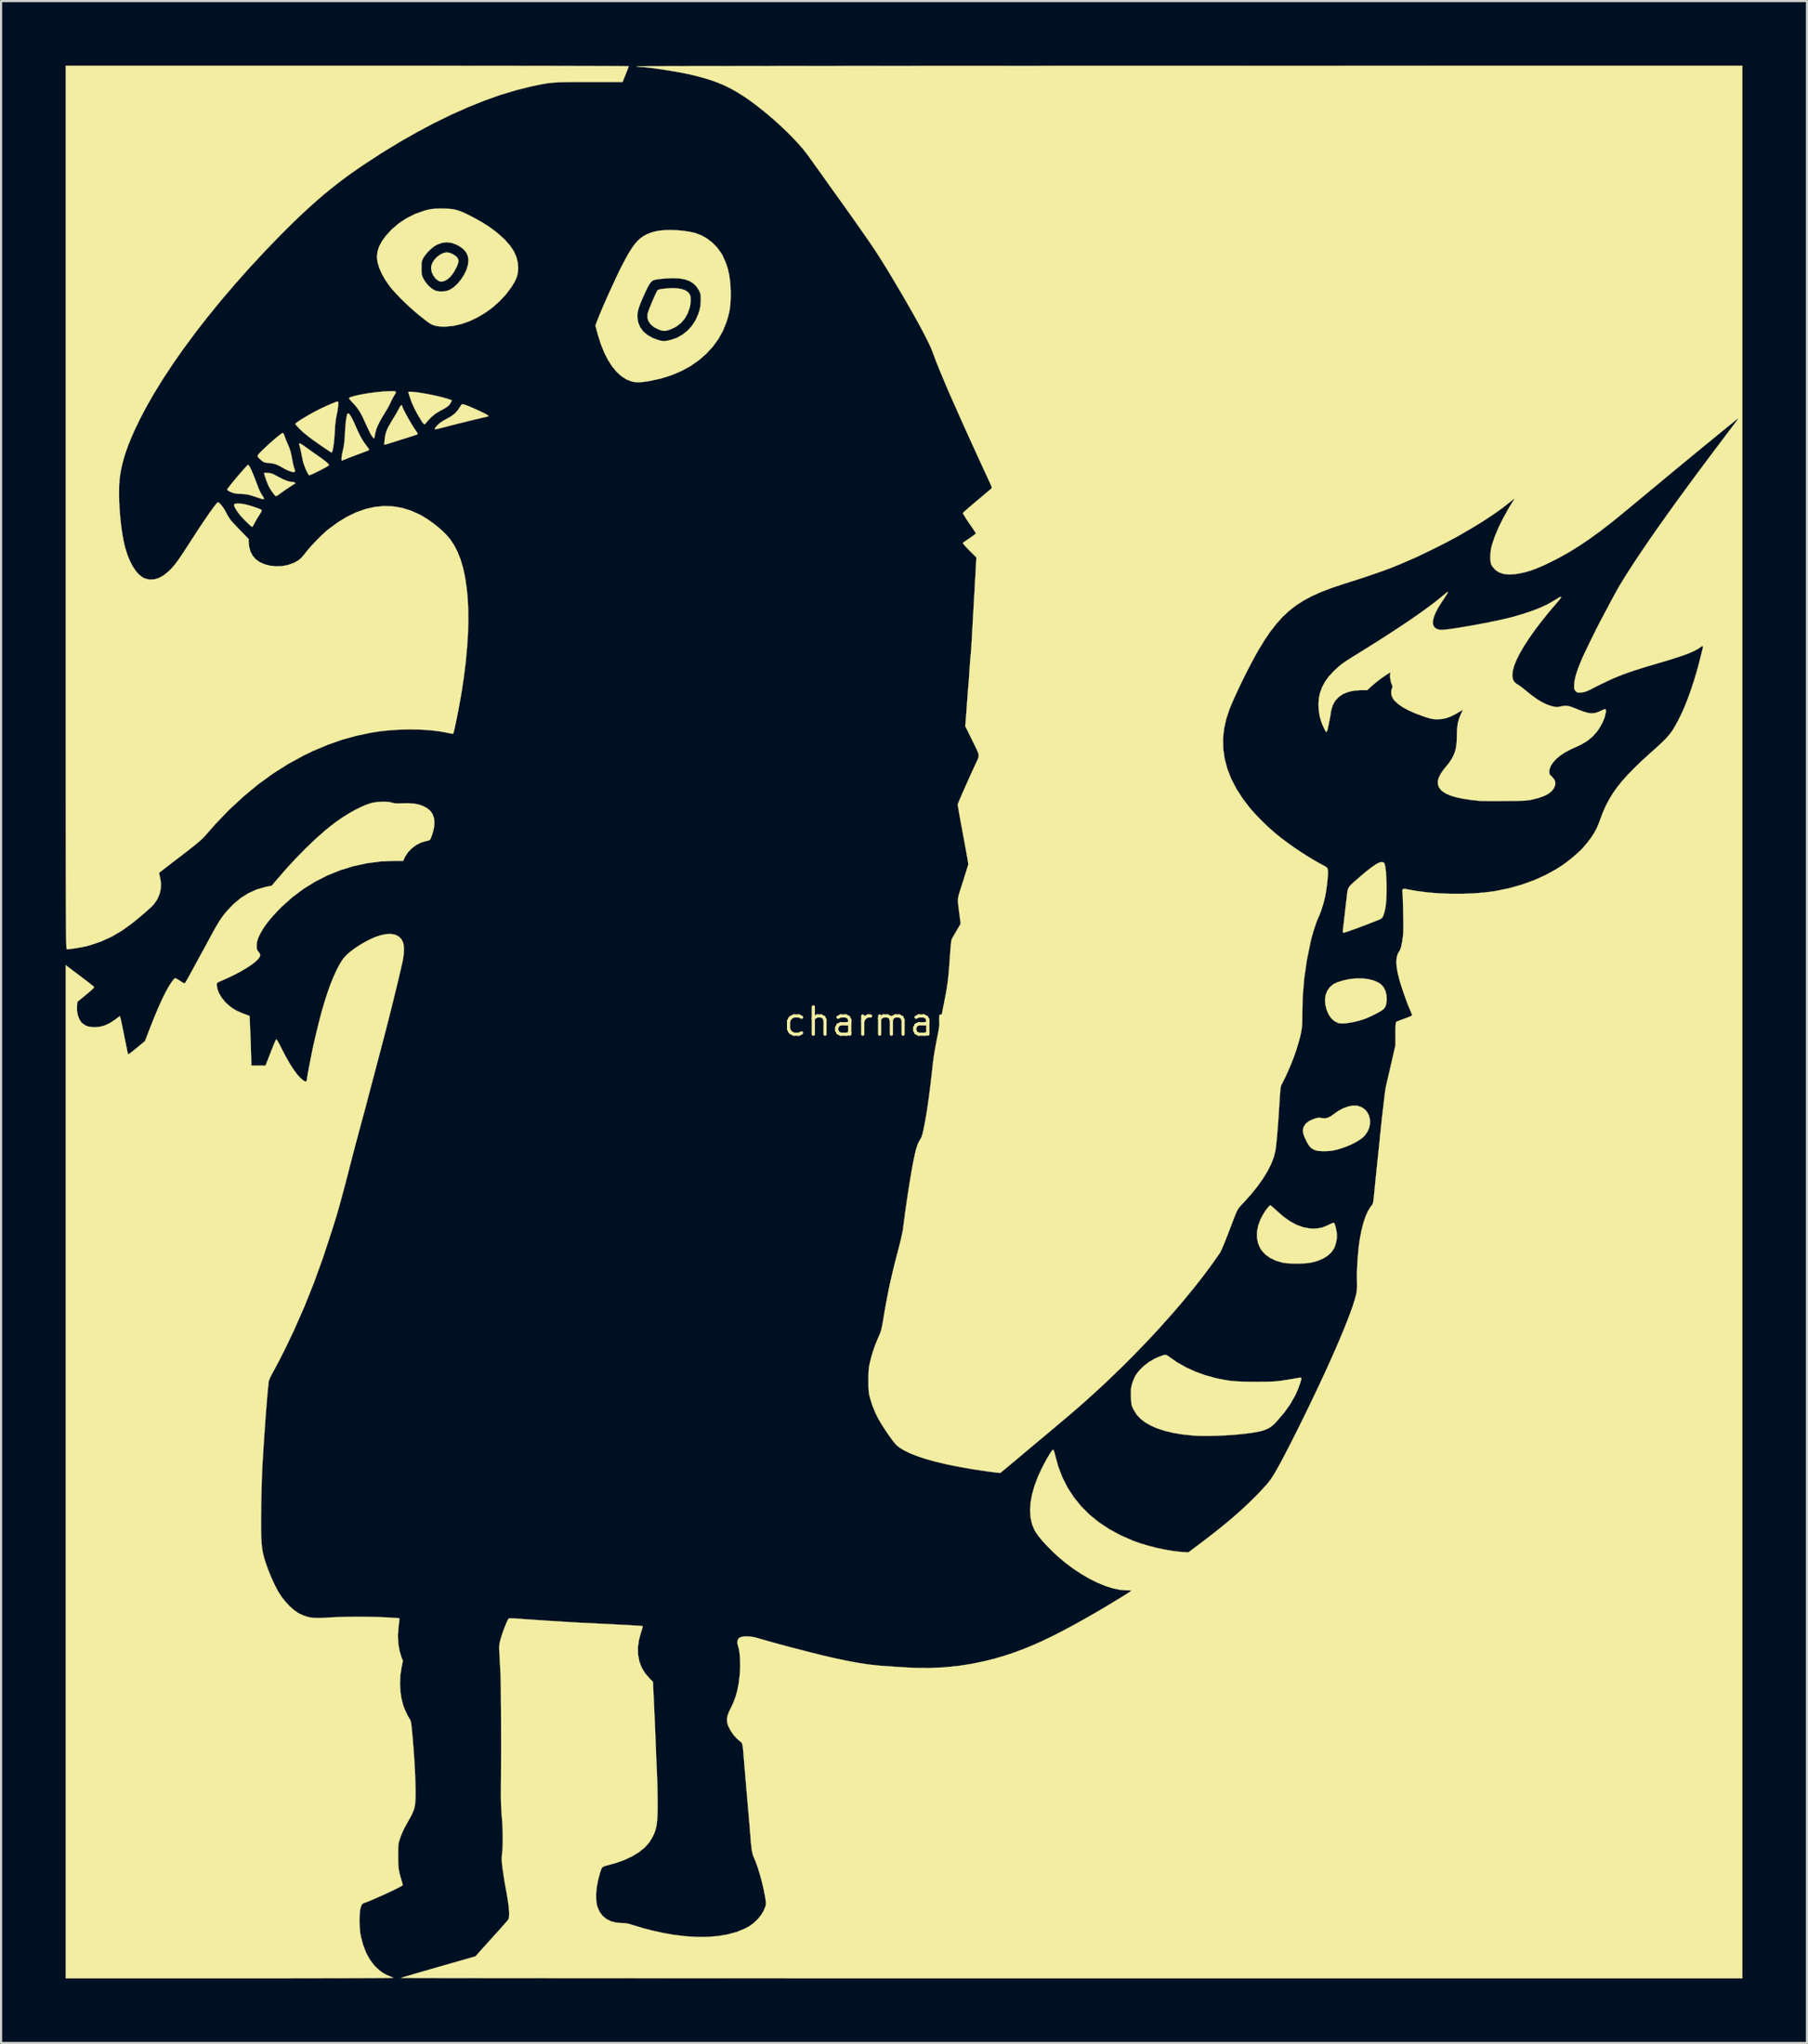
<source format=kicad_pcb>
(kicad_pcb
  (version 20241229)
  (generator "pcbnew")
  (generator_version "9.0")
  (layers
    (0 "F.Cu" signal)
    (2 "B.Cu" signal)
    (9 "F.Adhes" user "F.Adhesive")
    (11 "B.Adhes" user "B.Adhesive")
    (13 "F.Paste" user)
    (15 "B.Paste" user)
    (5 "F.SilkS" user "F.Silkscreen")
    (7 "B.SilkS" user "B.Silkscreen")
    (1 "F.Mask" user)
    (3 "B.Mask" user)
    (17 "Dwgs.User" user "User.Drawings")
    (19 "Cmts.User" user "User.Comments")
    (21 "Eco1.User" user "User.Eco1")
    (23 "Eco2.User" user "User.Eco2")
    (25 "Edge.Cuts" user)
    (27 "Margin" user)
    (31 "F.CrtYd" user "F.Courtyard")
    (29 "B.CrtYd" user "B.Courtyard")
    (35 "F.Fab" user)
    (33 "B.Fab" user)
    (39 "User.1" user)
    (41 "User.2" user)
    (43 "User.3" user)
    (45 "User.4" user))
  (footprint "charmander"
    (layer "F.Cu")
    (at 38.961 44.441)
    (property "Reference" "charmander" (at 0 0 0) (layer "F.SilkS") (effects (font (size 1.27 1.27) (thickness 0.15))))
    (attr through_hole)
    (fp_poly (pts (xy -21.115 -35.739) (xy -20.979 -35.685) (xy -20.853 -35.609) (xy -20.765 -35.53) (xy -20.717 -35.456) (xy -20.698 -35.376) (xy -20.709 -35.28) (xy -20.751 -35.156) (xy -20.802 -35.043) (xy -20.935 -34.805) (xy -21.086 -34.617) (xy -21.22 -34.503) (xy -21.364 -34.425) (xy -21.492 -34.4) (xy -21.609 -34.427) (xy -21.619 -34.432) (xy -21.751 -34.53) (xy -21.859 -34.668) (xy -21.934 -34.829) (xy -21.968 -34.998) (xy -21.964 -35.11) (xy -21.916 -35.26) (xy -21.826 -35.406) (xy -21.703 -35.54) (xy -21.561 -35.649) (xy -21.409 -35.726) (xy -21.259 -35.759) (xy -21.237 -35.759) (xy -21.115 -35.739)) (stroke (width 0.01) (type solid)) (fill yes) (layer "F.SilkS"))
    (fp_poly (pts (xy -28.039 -26.865) (xy -27.957 -26.817) (xy -27.837 -26.735) (xy -27.769 -26.686) (xy -27.623 -26.58) (xy -27.456 -26.462) (xy -27.294 -26.348) (xy -27.219 -26.296) (xy -27.021 -26.156) (xy -26.872 -26.042) (xy -26.772 -25.955) (xy -26.72 -25.893) (xy -26.713 -25.87) (xy -26.737 -25.847) (xy -26.803 -25.806) (xy -26.901 -25.751) (xy -27.021 -25.687) (xy -27.152 -25.619) (xy -27.286 -25.553) (xy -27.411 -25.492) (xy -27.518 -25.444) (xy -27.597 -25.411) (xy -27.637 -25.4) (xy -27.662 -25.425) (xy -27.703 -25.491) (xy -27.753 -25.587) (xy -27.791 -25.664) (xy -27.908 -25.974) (xy -27.957 -26.185) (xy -27.994 -26.385) (xy -28.033 -26.57) (xy -28.071 -26.726) (xy -28.097 -26.82) (xy -28.105 -26.865) (xy -28.086 -26.88) (xy -28.039 -26.865)) (stroke (width 0.01) (type solid)) (fill yes) (layer "F.SilkS"))
    (fp_poly (pts (xy -30.759 -24.073) (xy -30.619 -24.048) (xy -30.599 -24.044) (xy -30.473 -24.011) (xy -30.333 -23.97) (xy -30.191 -23.924) (xy -30.06 -23.879) (xy -29.953 -23.838) (xy -29.88 -23.805) (xy -29.859 -23.791) (xy -29.848 -23.765) (xy -29.858 -23.721) (xy -29.895 -23.651) (xy -29.962 -23.545) (xy -29.973 -23.528) (xy -30.049 -23.407) (xy -30.122 -23.284) (xy -30.178 -23.179) (xy -30.192 -23.151) (xy -30.235 -23.07) (xy -30.273 -23.017) (xy -30.293 -23.003) (xy -30.324 -23.022) (xy -30.386 -23.075) (xy -30.473 -23.154) (xy -30.576 -23.253) (xy -30.629 -23.306) (xy -30.772 -23.457) (xy -30.897 -23.606) (xy -31 -23.746) (xy -31.076 -23.869) (xy -31.12 -23.97) (xy -31.127 -24.04) (xy -31.125 -24.046) (xy -31.087 -24.072) (xy -31.006 -24.085) (xy -30.892 -24.085) (xy -30.759 -24.073)) (stroke (width 0.01) (type solid)) (fill yes) (layer "F.SilkS"))
    (fp_poly (pts (xy -29.558 -25.509) (xy -29.469 -25.5) (xy -29.39 -25.482) (xy -29.304 -25.449) (xy -29.197 -25.394) (xy -29.094 -25.337) (xy -28.852 -25.212) (xy -28.643 -25.129) (xy -28.468 -25.09) (xy -28.407 -25.086) (xy -28.343 -25.076) (xy -28.296 -25.053) (xy -28.28 -25.027) (xy -28.302 -25.008) (xy -28.341 -24.987) (xy -28.417 -24.94) (xy -28.517 -24.875) (xy -28.633 -24.799) (xy -28.752 -24.718) (xy -28.864 -24.64) (xy -28.959 -24.573) (xy -29.007 -24.537) (xy -29.086 -24.48) (xy -29.15 -24.441) (xy -29.179 -24.43) (xy -29.213 -24.451) (xy -29.266 -24.506) (xy -29.313 -24.565) (xy -29.431 -24.737) (xy -29.525 -24.905) (xy -29.605 -25.093) (xy -29.65 -25.218) (xy -29.688 -25.332) (xy -29.717 -25.425) (xy -29.735 -25.485) (xy -29.738 -25.499) (xy -29.712 -25.509) (xy -29.644 -25.512) (xy -29.558 -25.509)) (stroke (width 0.01) (type solid)) (fill yes) (layer "F.SilkS"))
    (fp_poly (pts (xy -22.815 -29.275) (xy -22.666 -29.259) (xy -22.492 -29.235) (xy -22.298 -29.203) (xy -22.093 -29.166) (xy -21.884 -29.124) (xy -21.678 -29.079) (xy -21.482 -29.032) (xy -21.305 -28.984) (xy -21.152 -28.937) (xy -21.078 -28.911) (xy -21.003 -28.883) (xy -21.061 -28.77) (xy -21.112 -28.688) (xy -21.182 -28.616) (xy -21.28 -28.544) (xy -21.416 -28.466) (xy -21.53 -28.408) (xy -21.746 -28.28) (xy -21.949 -28.117) (xy -22.121 -27.937) (xy -22.161 -27.887) (xy -22.217 -27.819) (xy -22.264 -27.777) (xy -22.282 -27.769) (xy -22.316 -27.792) (xy -22.365 -27.85) (xy -22.413 -27.919) (xy -22.601 -28.232) (xy -22.752 -28.517) (xy -22.869 -28.781) (xy -22.918 -28.914) (xy -22.962 -29.042) (xy -22.998 -29.149) (xy -23.022 -29.226) (xy -23.031 -29.26) (xy -23.031 -29.26) (xy -23.005 -29.277) (xy -22.93 -29.282) (xy -22.815 -29.275)) (stroke (width 0.01) (type solid)) (fill yes) (layer "F.SilkS"))
    (fp_poly (pts (xy -20.481 -28.698) (xy -20.387 -28.671) (xy -20.252 -28.621) (xy -20.082 -28.551) (xy -19.882 -28.463) (xy -19.675 -28.367) (xy -19.515 -28.29) (xy -19.403 -28.232) (xy -19.336 -28.19) (xy -19.309 -28.16) (xy -19.319 -28.14) (xy -19.356 -28.127) (xy -19.588 -28.074) (xy -19.859 -28.01) (xy -20.155 -27.939) (xy -20.459 -27.865) (xy -20.757 -27.79) (xy -21.032 -27.72) (xy -21.269 -27.658) (xy -21.29 -27.652) (xy -21.474 -27.604) (xy -21.609 -27.57) (xy -21.703 -27.55) (xy -21.762 -27.543) (xy -21.794 -27.548) (xy -21.804 -27.563) (xy -21.804 -27.566) (xy -21.786 -27.598) (xy -21.738 -27.658) (xy -21.67 -27.732) (xy -21.668 -27.734) (xy -21.539 -27.847) (xy -21.37 -27.955) (xy -21.267 -28.01) (xy -21.04 -28.138) (xy -20.861 -28.275) (xy -20.724 -28.427) (xy -20.655 -28.535) (xy -20.603 -28.618) (xy -20.556 -28.679) (xy -20.53 -28.702) (xy -20.481 -28.698)) (stroke (width 0.01) (type solid)) (fill yes) (layer "F.SilkS"))
    (fp_poly (pts (xy 21.335 -2.011) (xy 21.607 -1.978) (xy 21.853 -1.915) (xy 22.063 -1.821) (xy 22.194 -1.731) (xy 22.311 -1.597) (xy 22.395 -1.426) (xy 22.444 -1.228) (xy 22.454 -1.016) (xy 22.432 -0.843) (xy 22.401 -0.728) (xy 22.356 -0.645) (xy 22.293 -0.578) (xy 22.219 -0.522) (xy 22.104 -0.452) (xy 21.961 -0.374) (xy 21.803 -0.294) (xy 21.642 -0.219) (xy 21.491 -0.155) (xy 21.39 -0.117) (xy 21.167 -0.048) (xy 20.943 0.007) (xy 20.727 0.048) (xy 20.529 0.073) (xy 20.36 0.08) (xy 20.231 0.068) (xy 20.199 0.059) (xy 20.025 -0.027) (xy 19.875 -0.162) (xy 19.751 -0.342) (xy 19.658 -0.562) (xy 19.602 -0.792) (xy 19.585 -1.03) (xy 19.618 -1.251) (xy 19.697 -1.448) (xy 19.819 -1.615) (xy 19.981 -1.748) (xy 20.138 -1.826) (xy 20.438 -1.92) (xy 20.742 -1.982) (xy 21.044 -2.012) (xy 21.335 -2.011)) (stroke (width 0.01) (type solid)) (fill yes) (layer "F.SilkS"))
    (fp_poly (pts (xy -10.545 -34.091) (xy -10.326 -34.056) (xy -10.15 -33.994) (xy -10.019 -33.905) (xy -9.937 -33.79) (xy -9.93 -33.772) (xy -9.909 -33.673) (xy -9.904 -33.538) (xy -9.914 -33.387) (xy -9.939 -33.238) (xy -9.947 -33.204) (xy -10.045 -32.92) (xy -10.183 -32.676) (xy -10.363 -32.471) (xy -10.584 -32.305) (xy -10.846 -32.179) (xy -10.898 -32.16) (xy -11.032 -32.122) (xy -11.147 -32.112) (xy -11.264 -32.131) (xy -11.405 -32.181) (xy -11.414 -32.185) (xy -11.609 -32.286) (xy -11.759 -32.412) (xy -11.861 -32.556) (xy -11.912 -32.716) (xy -11.91 -32.887) (xy -11.903 -32.919) (xy -11.881 -32.99) (xy -11.841 -33.101) (xy -11.786 -33.24) (xy -11.723 -33.394) (xy -11.656 -33.553) (xy -11.59 -33.703) (xy -11.531 -33.834) (xy -11.483 -33.933) (xy -11.458 -33.979) (xy -11.433 -34.007) (xy -11.391 -34.028) (xy -11.323 -34.045) (xy -11.216 -34.062) (xy -11.102 -34.076) (xy -10.804 -34.098) (xy -10.545 -34.091)) (stroke (width 0.01) (type solid)) (fill yes) (layer "F.SilkS"))
    (fp_poly (pts (xy -30.443 -25.858) (xy -30.393 -25.777) (xy -30.327 -25.642) (xy -30.246 -25.454) (xy -30.151 -25.215) (xy -30.041 -24.924) (xy -30.011 -24.843) (xy -29.958 -24.715) (xy -29.893 -24.584) (xy -29.838 -24.491) (xy -29.786 -24.408) (xy -29.75 -24.343) (xy -29.738 -24.313) (xy -29.748 -24.296) (xy -29.782 -24.292) (xy -29.846 -24.305) (xy -29.948 -24.334) (xy -30.094 -24.383) (xy -30.165 -24.407) (xy -30.322 -24.459) (xy -30.448 -24.493) (xy -30.565 -24.515) (xy -30.695 -24.528) (xy -30.807 -24.534) (xy -30.962 -24.543) (xy -31.077 -24.556) (xy -31.17 -24.577) (xy -31.256 -24.609) (xy -31.286 -24.622) (xy -31.372 -24.666) (xy -31.431 -24.707) (xy -31.45 -24.733) (xy -31.433 -24.768) (xy -31.383 -24.837) (xy -31.308 -24.934) (xy -31.214 -25.052) (xy -31.106 -25.183) (xy -30.99 -25.321) (xy -30.873 -25.459) (xy -30.761 -25.588) (xy -30.66 -25.703) (xy -30.575 -25.795) (xy -30.513 -25.858) (xy -30.48 -25.885) (xy -30.478 -25.885) (xy -30.443 -25.858)) (stroke (width 0.01) (type solid)) (fill yes) (layer "F.SilkS"))
    (fp_poly (pts (xy -25.758 -28.225) (xy -25.693 -28.127) (xy -25.616 -27.984) (xy -25.53 -27.799) (xy -25.486 -27.697) (xy -25.363 -27.42) (xy -25.248 -27.189) (xy -25.134 -26.994) (xy -25.016 -26.826) (xy -24.985 -26.786) (xy -24.909 -26.687) (xy -24.867 -26.623) (xy -24.855 -26.584) (xy -24.868 -26.565) (xy -24.909 -26.547) (xy -24.992 -26.514) (xy -25.108 -26.47) (xy -25.243 -26.419) (xy -25.29 -26.402) (xy -25.451 -26.342) (xy -25.615 -26.28) (xy -25.763 -26.222) (xy -25.877 -26.177) (xy -25.885 -26.173) (xy -25.988 -26.132) (xy -26.07 -26.101) (xy -26.119 -26.086) (xy -26.124 -26.085) (xy -26.134 -26.111) (xy -26.135 -26.177) (xy -26.129 -26.249) (xy -26.111 -26.363) (xy -26.083 -26.501) (xy -26.054 -26.627) (xy -26.026 -26.762) (xy -26.003 -26.941) (xy -25.984 -27.168) (xy -25.971 -27.398) (xy -25.956 -27.648) (xy -25.936 -27.864) (xy -25.913 -28.041) (xy -25.887 -28.173) (xy -25.859 -28.255) (xy -25.845 -28.275) (xy -25.809 -28.276) (xy -25.758 -28.225)) (stroke (width 0.01) (type solid)) (fill yes) (layer "F.SilkS"))
    (fp_poly (pts (xy -23.317 -28.623) (xy -23.302 -28.572) (xy -23.263 -28.482) (xy -23.204 -28.361) (xy -23.129 -28.219) (xy -23.044 -28.065) (xy -22.955 -27.908) (xy -22.865 -27.756) (xy -22.781 -27.62) (xy -22.707 -27.508) (xy -22.67 -27.457) (xy -22.621 -27.385) (xy -22.595 -27.33) (xy -22.595 -27.31) (xy -22.629 -27.294) (xy -22.707 -27.266) (xy -22.819 -27.228) (xy -22.952 -27.186) (xy -22.988 -27.174) (xy -23.166 -27.119) (xy -23.363 -27.058) (xy -23.553 -26.997) (xy -23.688 -26.954) (xy -23.822 -26.912) (xy -23.942 -26.875) (xy -24.033 -26.847) (xy -24.082 -26.834) (xy -24.149 -26.819) (xy -24.129 -27.059) (xy -24.109 -27.211) (xy -24.076 -27.359) (xy -24.044 -27.458) (xy -24.019 -27.518) (xy -23.993 -27.577) (xy -23.96 -27.642) (xy -23.916 -27.721) (xy -23.858 -27.822) (xy -23.781 -27.952) (xy -23.68 -28.12) (xy -23.625 -28.211) (xy -23.555 -28.329) (xy -23.494 -28.439) (xy -23.449 -28.525) (xy -23.433 -28.561) (xy -23.398 -28.619) (xy -23.358 -28.652) (xy -23.326 -28.652) (xy -23.317 -28.623)) (stroke (width 0.01) (type solid)) (fill yes) (layer "F.SilkS"))
    (fp_poly (pts (xy 21.062 3.902) (xy 21.1 3.909) (xy 21.285 3.973) (xy 21.436 4.076) (xy 21.552 4.212) (xy 21.631 4.372) (xy 21.673 4.549) (xy 21.676 4.737) (xy 21.639 4.926) (xy 21.56 5.111) (xy 21.438 5.283) (xy 21.351 5.371) (xy 21.189 5.494) (xy 20.984 5.616) (xy 20.747 5.732) (xy 20.491 5.836) (xy 20.231 5.921) (xy 19.982 5.981) (xy 19.816 6.005) (xy 19.633 6.017) (xy 19.452 6.017) (xy 19.29 6.006) (xy 19.165 5.982) (xy 19.156 5.98) (xy 19.036 5.931) (xy 18.936 5.863) (xy 18.848 5.766) (xy 18.762 5.629) (xy 18.711 5.531) (xy 18.625 5.345) (xy 18.574 5.193) (xy 18.558 5.064) (xy 18.574 4.95) (xy 18.613 4.852) (xy 18.699 4.731) (xy 18.824 4.631) (xy 18.996 4.546) (xy 19.098 4.51) (xy 19.208 4.476) (xy 19.289 4.462) (xy 19.361 4.465) (xy 19.428 4.479) (xy 19.568 4.493) (xy 19.708 4.466) (xy 19.855 4.394) (xy 20.002 4.288) (xy 20.216 4.138) (xy 20.438 4.021) (xy 20.66 3.94) (xy 20.871 3.9) (xy 21.062 3.902)) (stroke (width 0.01) (type solid)) (fill yes) (layer "F.SilkS"))
    (fp_poly (pts (xy -26.299 -28.818) (xy -26.288 -28.788) (xy -26.286 -28.726) (xy -26.294 -28.618) (xy -26.294 -28.617) (xy -26.31 -28.484) (xy -26.336 -28.327) (xy -26.366 -28.179) (xy -26.369 -28.166) (xy -26.401 -27.992) (xy -26.427 -27.764) (xy -26.448 -27.484) (xy -26.452 -27.397) (xy -26.465 -27.192) (xy -26.483 -26.997) (xy -26.503 -26.821) (xy -26.526 -26.671) (xy -26.55 -26.555) (xy -26.574 -26.481) (xy -26.595 -26.456) (xy -26.624 -26.471) (xy -26.691 -26.513) (xy -26.786 -26.575) (xy -26.899 -26.651) (xy -26.917 -26.663) (xy -27.177 -26.841) (xy -27.394 -26.994) (xy -27.576 -27.127) (xy -27.728 -27.244) (xy -27.858 -27.35) (xy -27.971 -27.45) (xy -28.047 -27.522) (xy -28.14 -27.616) (xy -28.216 -27.698) (xy -28.266 -27.759) (xy -28.282 -27.787) (xy -28.259 -27.817) (xy -28.192 -27.869) (xy -28.09 -27.939) (xy -27.961 -28.022) (xy -27.812 -28.113) (xy -27.649 -28.208) (xy -27.482 -28.302) (xy -27.363 -28.366) (xy -27.217 -28.441) (xy -27.057 -28.519) (xy -26.892 -28.596) (xy -26.731 -28.668) (xy -26.584 -28.731) (xy -26.461 -28.781) (xy -26.37 -28.814) (xy -26.323 -28.825) (xy -26.299 -28.818)) (stroke (width 0.01) (type solid)) (fill yes) (layer "F.SilkS"))
    (fp_poly (pts (xy -23.661 -29.304) (xy -23.617 -29.287) (xy -23.607 -29.257) (xy -23.625 -29.21) (xy -23.665 -29.143) (xy -23.684 -29.113) (xy -23.74 -29.015) (xy -23.803 -28.893) (xy -23.848 -28.796) (xy -23.9 -28.688) (xy -23.971 -28.555) (xy -24.051 -28.417) (xy -24.089 -28.354) (xy -24.239 -28.108) (xy -24.356 -27.899) (xy -24.446 -27.718) (xy -24.511 -27.556) (xy -24.556 -27.406) (xy -24.585 -27.259) (xy -24.586 -27.248) (xy -24.601 -27.169) (xy -24.619 -27.12) (xy -24.628 -27.112) (xy -24.655 -27.135) (xy -24.701 -27.192) (xy -24.742 -27.253) (xy -24.785 -27.327) (xy -24.843 -27.442) (xy -24.912 -27.584) (xy -24.985 -27.741) (xy -25.03 -27.84) (xy -25.133 -28.065) (xy -25.225 -28.248) (xy -25.315 -28.401) (xy -25.409 -28.535) (xy -25.515 -28.664) (xy -25.603 -28.76) (xy -25.697 -28.86) (xy -25.755 -28.927) (xy -25.781 -28.97) (xy -25.777 -28.997) (xy -25.749 -29.016) (xy -25.723 -29.027) (xy -25.584 -29.071) (xy -25.4 -29.117) (xy -25.183 -29.161) (xy -24.943 -29.203) (xy -24.694 -29.239) (xy -24.445 -29.269) (xy -24.21 -29.291) (xy -24.052 -29.3) (xy -23.872 -29.307) (xy -23.744 -29.31) (xy -23.661 -29.304)) (stroke (width 0.01) (type solid)) (fill yes) (layer "F.SilkS"))
    (fp_poly (pts (xy -28.835 -27.344) (xy -28.805 -27.281) (xy -28.795 -27.249) (xy -28.769 -27.173) (xy -28.726 -27.062) (xy -28.673 -26.933) (xy -28.633 -26.843) (xy -28.566 -26.683) (xy -28.515 -26.531) (xy -28.473 -26.365) (xy -28.438 -26.185) (xy -28.41 -26.035) (xy -28.38 -25.895) (xy -28.351 -25.78) (xy -28.327 -25.706) (xy -28.326 -25.703) (xy -28.298 -25.628) (xy -28.297 -25.587) (xy -28.316 -25.568) (xy -28.342 -25.552) (xy -28.366 -25.547) (xy -28.407 -25.554) (xy -28.481 -25.573) (xy -28.511 -25.582) (xy -28.599 -25.614) (xy -28.713 -25.666) (xy -28.828 -25.727) (xy -28.839 -25.733) (xy -28.998 -25.823) (xy -29.127 -25.886) (xy -29.242 -25.927) (xy -29.36 -25.953) (xy -29.496 -25.969) (xy -29.503 -25.97) (xy -29.623 -25.982) (xy -29.705 -25.998) (xy -29.768 -26.025) (xy -29.831 -26.07) (xy -29.871 -26.103) (xy -29.954 -26.174) (xy -30.008 -26.229) (xy -30.032 -26.277) (xy -30.024 -26.328) (xy -29.982 -26.391) (xy -29.903 -26.474) (xy -29.787 -26.588) (xy -29.766 -26.608) (xy -29.628 -26.739) (xy -29.484 -26.871) (xy -29.339 -26.999) (xy -29.202 -27.117) (xy -29.08 -27.218) (xy -28.978 -27.298) (xy -28.904 -27.35) (xy -28.864 -27.369) (xy -28.864 -27.369) (xy -28.835 -27.344)) (stroke (width 0.01) (type solid)) (fill yes) (layer "F.SilkS"))
    (fp_poly (pts (xy 17.074 8.552) (xy 17.137 8.603) (xy 17.223 8.679) (xy 17.324 8.772) (xy 17.335 8.783) (xy 17.651 9.059) (xy 17.963 9.28) (xy 18.27 9.444) (xy 18.575 9.554) (xy 18.878 9.61) (xy 19.042 9.618) (xy 19.257 9.605) (xy 19.454 9.565) (xy 19.654 9.49) (xy 19.786 9.425) (xy 19.899 9.372) (xy 19.975 9.347) (xy 20.008 9.351) (xy 20.034 9.4) (xy 20.063 9.491) (xy 20.092 9.609) (xy 20.118 9.741) (xy 20.135 9.86) (xy 20.136 10.041) (xy 20.105 10.241) (xy 20.048 10.434) (xy 20.004 10.536) (xy 19.881 10.715) (xy 19.709 10.874) (xy 19.493 11.008) (xy 19.236 11.116) (xy 18.971 11.188) (xy 18.783 11.217) (xy 18.559 11.236) (xy 18.317 11.244) (xy 18.073 11.241) (xy 17.844 11.227) (xy 17.647 11.203) (xy 17.57 11.187) (xy 17.286 11.1) (xy 17.035 10.978) (xy 16.821 10.826) (xy 16.652 10.647) (xy 16.57 10.522) (xy 16.469 10.281) (xy 16.421 10.023) (xy 16.426 9.751) (xy 16.483 9.468) (xy 16.592 9.176) (xy 16.681 9.003) (xy 16.75 8.888) (xy 16.827 8.773) (xy 16.903 8.671) (xy 16.971 8.59) (xy 17.022 8.542) (xy 17.042 8.533) (xy 17.074 8.552)) (stroke (width 0.01) (type solid)) (fill yes) (layer "F.SilkS"))
    (fp_poly (pts (xy 22.318 -7.397) (xy 22.341 -7.37) (xy 22.37 -7.285) (xy 22.394 -7.151) (xy 22.414 -6.979) (xy 22.429 -6.777) (xy 22.44 -6.555) (xy 22.446 -6.321) (xy 22.446 -6.085) (xy 22.441 -5.856) (xy 22.431 -5.643) (xy 22.414 -5.455) (xy 22.392 -5.302) (xy 22.391 -5.294) (xy 22.35 -5.107) (xy 22.309 -4.969) (xy 22.266 -4.872) (xy 22.216 -4.809) (xy 22.175 -4.78) (xy 22.104 -4.747) (xy 21.993 -4.701) (xy 21.85 -4.644) (xy 21.683 -4.578) (xy 21.501 -4.508) (xy 21.31 -4.437) (xy 21.121 -4.366) (xy 20.94 -4.3) (xy 20.775 -4.242) (xy 20.636 -4.193) (xy 20.53 -4.158) (xy 20.465 -4.14) (xy 20.452 -4.138) (xy 20.423 -4.147) (xy 20.413 -4.182) (xy 20.417 -4.257) (xy 20.419 -4.274) (xy 20.434 -4.396) (xy 20.453 -4.562) (xy 20.476 -4.76) (xy 20.501 -4.978) (xy 20.527 -5.203) (xy 20.553 -5.424) (xy 20.576 -5.627) (xy 20.596 -5.793) (xy 20.612 -5.937) (xy 20.626 -6.048) (xy 20.645 -6.136) (xy 20.673 -6.21) (xy 20.716 -6.279) (xy 20.779 -6.352) (xy 20.868 -6.437) (xy 20.988 -6.545) (xy 21.128 -6.668) (xy 21.328 -6.841) (xy 21.522 -7.001) (xy 21.702 -7.141) (xy 21.86 -7.255) (xy 21.988 -7.338) (xy 22.037 -7.365) (xy 22.148 -7.408) (xy 22.246 -7.418) (xy 22.318 -7.397)) (stroke (width 0.01) (type solid)) (fill yes) (layer "F.SilkS"))
    (fp_poly (pts (xy 12.211 15.492) (xy 12.267 15.52) (xy 12.334 15.569) (xy 12.371 15.597) (xy 12.727 15.845) (xy 13.128 16.069) (xy 13.562 16.267) (xy 14.02 16.433) (xy 14.49 16.562) (xy 14.506 16.565) (xy 14.73 16.614) (xy 14.935 16.653) (xy 15.132 16.683) (xy 15.331 16.705) (xy 15.545 16.721) (xy 15.783 16.73) (xy 16.057 16.735) (xy 16.367 16.736) (xy 16.624 16.735) (xy 16.834 16.733) (xy 17.006 16.73) (xy 17.15 16.725) (xy 17.277 16.717) (xy 17.395 16.706) (xy 17.516 16.691) (xy 17.648 16.672) (xy 17.737 16.658) (xy 17.907 16.631) (xy 18.067 16.605) (xy 18.203 16.582) (xy 18.304 16.564) (xy 18.346 16.556) (xy 18.43 16.544) (xy 18.473 16.553) (xy 18.483 16.568) (xy 18.481 16.614) (xy 18.459 16.702) (xy 18.422 16.819) (xy 18.374 16.956) (xy 18.318 17.1) (xy 18.259 17.24) (xy 18.201 17.366) (xy 17.973 17.768) (xy 17.691 18.165) (xy 17.354 18.56) (xy 17.257 18.662) (xy 17.156 18.759) (xy 17.05 18.841) (xy 16.933 18.911) (xy 16.798 18.969) (xy 16.64 19.02) (xy 16.452 19.063) (xy 16.226 19.102) (xy 15.958 19.138) (xy 15.64 19.173) (xy 15.582 19.178) (xy 15.269 19.206) (xy 14.935 19.227) (xy 14.593 19.242) (xy 14.258 19.25) (xy 13.942 19.251) (xy 13.659 19.245) (xy 13.485 19.236) (xy 12.984 19.186) (xy 12.522 19.11) (xy 12.103 19.007) (xy 11.729 18.88) (xy 11.487 18.772) (xy 11.222 18.62) (xy 11.006 18.452) (xy 10.832 18.262) (xy 10.692 18.042) (xy 10.652 17.961) (xy 10.62 17.886) (xy 10.597 17.817) (xy 10.582 17.738) (xy 10.573 17.637) (xy 10.567 17.5) (xy 10.564 17.414) (xy 10.561 17.252) (xy 10.562 17.131) (xy 10.57 17.035) (xy 10.585 16.949) (xy 10.61 16.855) (xy 10.627 16.801) (xy 10.673 16.67) (xy 10.729 16.54) (xy 10.782 16.436) (xy 10.789 16.424) (xy 10.953 16.208) (xy 11.161 16.002) (xy 11.4 15.818) (xy 11.659 15.666) (xy 11.838 15.586) (xy 11.979 15.532) (xy 12.08 15.498) (xy 12.153 15.485) (xy 12.211 15.492)) (stroke (width 0.01) (type solid)) (fill yes) (layer "F.SilkS"))
    (fp_poly (pts (xy -21.228 -37.792) (xy -21.031 -37.777) (xy -20.854 -37.747) (xy -20.683 -37.698) (xy -20.5 -37.627) (xy -20.291 -37.529) (xy -20.22 -37.494) (xy -19.877 -37.315) (xy -19.576 -37.144) (xy -19.306 -36.971) (xy -19.053 -36.79) (xy -18.807 -36.592) (xy -18.526 -36.332) (xy -18.299 -36.073) (xy -18.127 -35.814) (xy -18.008 -35.551) (xy -17.941 -35.283) (xy -17.923 -35.049) (xy -17.932 -34.868) (xy -17.961 -34.703) (xy -18.017 -34.54) (xy -18.103 -34.367) (xy -18.224 -34.17) (xy -18.247 -34.135) (xy -18.496 -33.803) (xy -18.783 -33.494) (xy -19.1 -33.212) (xy -19.44 -32.962) (xy -19.799 -32.747) (xy -20.168 -32.57) (xy -20.542 -32.436) (xy -20.914 -32.348) (xy -21.278 -32.31) (xy -21.362 -32.309) (xy -21.579 -32.318) (xy -21.751 -32.345) (xy -21.808 -32.361) (xy -21.876 -32.384) (xy -21.938 -32.409) (xy -22 -32.442) (xy -22.07 -32.487) (xy -22.157 -32.549) (xy -22.268 -32.634) (xy -22.41 -32.747) (xy -22.518 -32.832) (xy -22.737 -33.015) (xy -22.966 -33.219) (xy -23.195 -33.434) (xy -23.414 -33.651) (xy -23.615 -33.862) (xy -23.789 -34.056) (xy -23.92 -34.219) (xy -24.109 -34.493) (xy -24.263 -34.768) (xy -24.377 -35.031) (xy -22.418 -35.031) (xy -22.417 -34.89) (xy -22.411 -34.788) (xy -22.399 -34.711) (xy -22.376 -34.64) (xy -22.34 -34.559) (xy -22.324 -34.527) (xy -22.229 -34.372) (xy -22.104 -34.224) (xy -21.964 -34.097) (xy -21.822 -34.006) (xy -21.774 -33.984) (xy -21.619 -33.947) (xy -21.44 -33.941) (xy -21.263 -33.964) (xy -21.113 -34.015) (xy -20.934 -34.127) (xy -20.758 -34.286) (xy -20.593 -34.479) (xy -20.449 -34.697) (xy -20.335 -34.927) (xy -20.321 -34.963) (xy -20.251 -35.201) (xy -20.233 -35.417) (xy -20.268 -35.611) (xy -20.356 -35.783) (xy -20.497 -35.936) (xy -20.692 -36.069) (xy -20.791 -36.119) (xy -21.022 -36.203) (xy -21.247 -36.231) (xy -21.471 -36.202) (xy -21.7 -36.118) (xy -21.718 -36.109) (xy -21.848 -36.027) (xy -21.99 -35.91) (xy -22.129 -35.772) (xy -22.249 -35.628) (xy -22.332 -35.503) (xy -22.37 -35.43) (xy -22.395 -35.366) (xy -22.409 -35.297) (xy -22.416 -35.206) (xy -22.418 -35.079) (xy -22.418 -35.031) (xy -24.377 -35.031) (xy -24.379 -35.036) (xy -24.455 -35.289) (xy -24.486 -35.52) (xy -24.487 -35.557) (xy -24.462 -35.792) (xy -24.387 -36.029) (xy -24.26 -36.271) (xy -24.094 -36.505) (xy -23.803 -36.825) (xy -23.472 -37.108) (xy -23.107 -37.349) (xy -22.713 -37.546) (xy -22.295 -37.694) (xy -22.2 -37.72) (xy -22.073 -37.751) (xy -21.963 -37.772) (xy -21.853 -37.785) (xy -21.727 -37.793) (xy -21.568 -37.796) (xy -21.462 -37.796) (xy -21.228 -37.792)) (stroke (width 0.01) (type solid)) (fill yes) (layer "F.SilkS"))
    (fp_poly (pts (xy -10.531 -36.788) (xy -10.24 -36.762) (xy -9.961 -36.72) (xy -9.708 -36.664) (xy -9.675 -36.655) (xy -9.399 -36.549) (xy -9.131 -36.395) (xy -8.883 -36.199) (xy -8.663 -35.971) (xy -8.481 -35.719) (xy -8.412 -35.596) (xy -8.28 -35.302) (xy -8.179 -35.003) (xy -8.107 -34.686) (xy -8.063 -34.342) (xy -8.043 -33.96) (xy -8.041 -33.819) (xy -8.047 -33.532) (xy -8.065 -33.282) (xy -8.098 -33.051) (xy -8.15 -32.822) (xy -8.223 -32.575) (xy -8.236 -32.535) (xy -8.403 -32.12) (xy -8.619 -31.731) (xy -8.881 -31.37) (xy -9.188 -31.038) (xy -9.536 -30.738) (xy -9.923 -30.472) (xy -10.346 -30.241) (xy -10.803 -30.048) (xy -11.291 -29.895) (xy -11.807 -29.783) (xy -11.809 -29.783) (xy -12.04 -29.747) (xy -12.226 -29.728) (xy -12.381 -29.723) (xy -12.514 -29.733) (xy -12.638 -29.758) (xy -12.645 -29.76) (xy -12.89 -29.855) (xy -13.124 -30.004) (xy -13.345 -30.206) (xy -13.552 -30.457) (xy -13.744 -30.757) (xy -13.92 -31.102) (xy -14.077 -31.492) (xy -14.215 -31.923) (xy -14.258 -32.082) (xy -14.331 -32.364) (xy -14.272 -32.52) (xy -14.199 -32.708) (xy -14.151 -32.826) (xy -12.382 -32.826) (xy -12.379 -32.719) (xy -12.338 -32.481) (xy -12.245 -32.268) (xy -12.102 -32.079) (xy -11.912 -31.918) (xy -11.674 -31.784) (xy -11.416 -31.688) (xy -11.294 -31.655) (xy -11.191 -31.64) (xy -11.087 -31.641) (xy -10.964 -31.66) (xy -10.806 -31.697) (xy -10.805 -31.697) (xy -10.535 -31.793) (xy -10.279 -31.938) (xy -10.046 -32.125) (xy -9.845 -32.346) (xy -9.684 -32.594) (xy -9.657 -32.649) (xy -9.559 -32.869) (xy -9.493 -33.063) (xy -9.453 -33.25) (xy -9.436 -33.449) (xy -9.434 -33.548) (xy -9.435 -33.685) (xy -9.442 -33.783) (xy -9.457 -33.858) (xy -9.484 -33.927) (xy -9.511 -33.982) (xy -9.632 -34.171) (xy -9.78 -34.319) (xy -9.959 -34.43) (xy -10.174 -34.506) (xy -10.429 -34.549) (xy -10.694 -34.561) (xy -10.876 -34.557) (xy -11.062 -34.547) (xy -11.243 -34.532) (xy -11.405 -34.513) (xy -11.538 -34.491) (xy -11.629 -34.467) (xy -11.65 -34.458) (xy -11.707 -34.421) (xy -11.763 -34.365) (xy -11.821 -34.284) (xy -11.885 -34.173) (xy -11.961 -34.023) (xy -12.051 -33.829) (xy -12.089 -33.743) (xy -12.188 -33.516) (xy -12.263 -33.33) (xy -12.318 -33.178) (xy -12.354 -33.049) (xy -12.375 -32.935) (xy -12.382 -32.826) (xy -14.151 -32.826) (xy -14.105 -32.938) (xy -13.994 -33.2) (xy -13.871 -33.483) (xy -13.74 -33.779) (xy -13.605 -34.078) (xy -13.471 -34.369) (xy -13.343 -34.644) (xy -13.224 -34.892) (xy -13.119 -35.103) (xy -13.104 -35.132) (xy -12.935 -35.453) (xy -12.782 -35.726) (xy -12.638 -35.955) (xy -12.501 -36.145) (xy -12.365 -36.3) (xy -12.225 -36.427) (xy -12.077 -36.529) (xy -11.917 -36.612) (xy -11.738 -36.68) (xy -11.558 -36.732) (xy -11.35 -36.772) (xy -11.1 -36.794) (xy -10.823 -36.799) (xy -10.531 -36.788)) (stroke (width 0.01) (type solid)) (fill yes) (layer "F.SilkS"))
    (fp_poly (pts (xy 25.298 -19.968) (xy 25.284 -19.928) (xy 25.237 -19.849) (xy 25.159 -19.729) (xy 25.048 -19.564) (xy 25.021 -19.523) (xy 24.849 -19.252) (xy 24.722 -19.01) (xy 24.638 -18.798) (xy 24.599 -18.617) (xy 24.604 -18.469) (xy 24.654 -18.353) (xy 24.747 -18.271) (xy 24.885 -18.224) (xy 24.964 -18.214) (xy 25.056 -18.216) (xy 25.197 -18.228) (xy 25.38 -18.25) (xy 25.598 -18.281) (xy 25.846 -18.32) (xy 26.116 -18.365) (xy 26.401 -18.414) (xy 26.695 -18.468) (xy 26.991 -18.524) (xy 27.283 -18.582) (xy 27.563 -18.64) (xy 27.825 -18.698) (xy 28.063 -18.753) (xy 28.269 -18.804) (xy 28.297 -18.812) (xy 28.786 -18.953) (xy 29.222 -19.099) (xy 29.609 -19.251) (xy 29.95 -19.412) (xy 30.249 -19.583) (xy 30.313 -19.624) (xy 30.432 -19.699) (xy 30.511 -19.74) (xy 30.554 -19.747) (xy 30.565 -19.728) (xy 30.547 -19.7) (xy 30.498 -19.637) (xy 30.426 -19.549) (xy 30.336 -19.443) (xy 30.312 -19.415) (xy 29.949 -18.987) (xy 29.618 -18.574) (xy 29.319 -18.178) (xy 29.055 -17.802) (xy 28.828 -17.449) (xy 28.638 -17.121) (xy 28.488 -16.821) (xy 28.379 -16.551) (xy 28.313 -16.314) (xy 28.309 -16.292) (xy 28.291 -16.092) (xy 28.316 -15.925) (xy 28.384 -15.794) (xy 28.495 -15.7) (xy 28.524 -15.685) (xy 28.586 -15.647) (xy 28.678 -15.582) (xy 28.79 -15.496) (xy 28.908 -15.4) (xy 28.92 -15.391) (xy 29.196 -15.168) (xy 29.446 -14.989) (xy 29.677 -14.85) (xy 29.894 -14.746) (xy 30.104 -14.674) (xy 30.133 -14.667) (xy 30.248 -14.639) (xy 30.331 -14.626) (xy 30.405 -14.628) (xy 30.495 -14.644) (xy 30.55 -14.656) (xy 30.69 -14.681) (xy 30.814 -14.684) (xy 30.94 -14.663) (xy 31.086 -14.615) (xy 31.178 -14.578) (xy 31.417 -14.481) (xy 31.614 -14.409) (xy 31.779 -14.362) (xy 31.92 -14.337) (xy 32.046 -14.336) (xy 32.168 -14.357) (xy 32.293 -14.399) (xy 32.431 -14.461) (xy 32.455 -14.473) (xy 32.556 -14.519) (xy 32.616 -14.529) (xy 32.642 -14.499) (xy 32.643 -14.424) (xy 32.635 -14.362) (xy 32.582 -14.145) (xy 32.487 -13.91) (xy 32.357 -13.673) (xy 32.231 -13.489) (xy 32.018 -13.251) (xy 31.765 -13.044) (xy 31.482 -12.879) (xy 31.45 -12.864) (xy 31.308 -12.798) (xy 31.153 -12.727) (xy 31.015 -12.663) (xy 30.994 -12.653) (xy 30.741 -12.52) (xy 30.518 -12.371) (xy 30.33 -12.212) (xy 30.181 -12.047) (xy 30.076 -11.881) (xy 30.019 -11.72) (xy 30.011 -11.64) (xy 30.014 -11.555) (xy 30.033 -11.497) (xy 30.078 -11.44) (xy 30.128 -11.394) (xy 30.236 -11.271) (xy 30.288 -11.145) (xy 30.286 -11.012) (xy 30.28 -10.988) (xy 30.215 -10.836) (xy 30.105 -10.702) (xy 29.948 -10.584) (xy 29.742 -10.482) (xy 29.484 -10.393) (xy 29.173 -10.317) (xy 29.153 -10.312) (xy 29.076 -10.299) (xy 28.984 -10.288) (xy 28.872 -10.279) (xy 28.732 -10.273) (xy 28.558 -10.267) (xy 28.344 -10.263) (xy 28.083 -10.261) (xy 27.926 -10.259) (xy 27.686 -10.258) (xy 27.46 -10.258) (xy 27.255 -10.258) (xy 27.078 -10.259) (xy 26.937 -10.26) (xy 26.839 -10.262) (xy 26.798 -10.264) (xy 26.373 -10.309) (xy 26.002 -10.365) (xy 25.685 -10.433) (xy 25.421 -10.512) (xy 25.208 -10.604) (xy 25.045 -10.708) (xy 24.966 -10.781) (xy 24.877 -10.907) (xy 24.832 -11.041) (xy 24.83 -11.186) (xy 24.874 -11.346) (xy 24.964 -11.525) (xy 25.102 -11.725) (xy 25.287 -11.951) (xy 25.292 -11.956) (xy 25.371 -12.059) (xy 25.456 -12.189) (xy 25.53 -12.321) (xy 25.541 -12.341) (xy 25.606 -12.491) (xy 25.654 -12.646) (xy 25.686 -12.818) (xy 25.706 -13.018) (xy 25.714 -13.259) (xy 25.714 -13.351) (xy 25.725 -13.629) (xy 25.757 -13.869) (xy 25.815 -14.086) (xy 25.899 -14.293) (xy 25.999 -14.504) (xy 25.878 -14.429) (xy 25.634 -14.288) (xy 25.419 -14.183) (xy 25.222 -14.113) (xy 25.033 -14.073) (xy 24.842 -14.058) (xy 24.815 -14.058) (xy 24.705 -14.061) (xy 24.61 -14.069) (xy 24.516 -14.086) (xy 24.406 -14.114) (xy 24.267 -14.158) (xy 24.162 -14.193) (xy 23.789 -14.33) (xy 23.465 -14.474) (xy 23.192 -14.624) (xy 22.972 -14.778) (xy 22.807 -14.937) (xy 22.775 -14.976) (xy 22.701 -15.108) (xy 22.664 -15.253) (xy 22.667 -15.393) (xy 22.697 -15.485) (xy 22.724 -15.555) (xy 22.717 -15.612) (xy 22.704 -15.64) (xy 22.661 -15.753) (xy 22.628 -15.891) (xy 22.61 -16.028) (xy 22.611 -16.128) (xy 22.627 -16.242) (xy 22.522 -16.18) (xy 22.379 -16.089) (xy 22.211 -15.97) (xy 22.036 -15.837) (xy 21.869 -15.701) (xy 21.758 -15.605) (xy 21.546 -15.411) (xy 21.256 -15.411) (xy 20.941 -15.391) (xy 20.662 -15.33) (xy 20.421 -15.231) (xy 20.22 -15.094) (xy 20.06 -14.921) (xy 19.944 -14.713) (xy 19.872 -14.47) (xy 19.864 -14.424) (xy 19.842 -14.286) (xy 19.815 -14.13) (xy 19.785 -13.971) (xy 19.755 -13.819) (xy 19.727 -13.687) (xy 19.704 -13.587) (xy 19.689 -13.535) (xy 19.661 -13.485) (xy 19.64 -13.471) (xy 19.618 -13.495) (xy 19.58 -13.56) (xy 19.534 -13.654) (xy 19.484 -13.763) (xy 19.436 -13.876) (xy 19.412 -13.941) (xy 19.338 -14.201) (xy 19.294 -14.48) (xy 19.281 -14.764) (xy 19.3 -15.035) (xy 19.349 -15.269) (xy 19.448 -15.541) (xy 19.578 -15.79) (xy 19.747 -16.027) (xy 19.96 -16.263) (xy 20.024 -16.327) (xy 20.122 -16.418) (xy 20.212 -16.5) (xy 20.305 -16.576) (xy 20.406 -16.653) (xy 20.523 -16.735) (xy 20.665 -16.829) (xy 20.837 -16.939) (xy 21.049 -17.071) (xy 21.133 -17.123) (xy 21.785 -17.528) (xy 22.387 -17.911) (xy 22.941 -18.271) (xy 23.445 -18.608) (xy 23.9 -18.921) (xy 24.304 -19.21) (xy 24.658 -19.475) (xy 24.961 -19.716) (xy 25.043 -19.785) (xy 25.154 -19.877) (xy 25.233 -19.94) (xy 25.281 -19.971) (xy 25.298 -19.968)) (stroke (width 0.01) (type solid)) (fill yes) (layer "F.SilkS"))
    (fp_poly (pts (xy -24.944 -44.436) (xy -24.04 -44.436) (xy -23.159 -44.435) (xy -22.303 -44.435) (xy -21.474 -44.434) (xy -20.673 -44.434) (xy -19.902 -44.433) (xy -19.161 -44.432) (xy -18.454 -44.432) (xy -17.78 -44.431) (xy -17.142 -44.43) (xy -16.542 -44.429) (xy -15.98 -44.428) (xy -15.458 -44.426) (xy -14.978 -44.425) (xy -14.542 -44.424) (xy -14.15 -44.422) (xy -13.804 -44.421) (xy -13.506 -44.419) (xy -13.257 -44.418) (xy -13.06 -44.416) (xy -12.914 -44.414) (xy -12.822 -44.413) (xy -12.786 -44.411) (xy -12.786 -44.411) (xy -12.796 -44.376) (xy -12.823 -44.299) (xy -12.865 -44.191) (xy -12.916 -44.062) (xy -12.928 -44.032) (xy -13.07 -43.679) (xy -14.633 -43.679) (xy -14.993 -43.679) (xy -15.303 -43.679) (xy -15.568 -43.677) (xy -15.797 -43.673) (xy -15.995 -43.668) (xy -16.17 -43.659) (xy -16.327 -43.648) (xy -16.474 -43.632) (xy -16.617 -43.613) (xy -16.762 -43.588) (xy -16.918 -43.559) (xy -17.089 -43.523) (xy -17.283 -43.481) (xy -17.366 -43.463) (xy -18.05 -43.292) (xy -18.762 -43.076) (xy -19.498 -42.814) (xy -20.256 -42.509) (xy -21.032 -42.163) (xy -21.823 -41.776) (xy -22.626 -41.351) (xy -23.437 -40.888) (xy -24.254 -40.39) (xy -25.073 -39.857) (xy -25.257 -39.733) (xy -25.72 -39.41) (xy -26.166 -39.081) (xy -26.604 -38.74) (xy -27.039 -38.381) (xy -27.477 -37.998) (xy -27.927 -37.587) (xy -28.395 -37.14) (xy -28.886 -36.652) (xy -28.969 -36.568) (xy -29.698 -35.814) (xy -30.403 -35.055) (xy -31.081 -34.294) (xy -31.73 -33.533) (xy -32.347 -32.777) (xy -32.93 -32.028) (xy -33.477 -31.289) (xy -33.985 -30.563) (xy -34.452 -29.854) (xy -34.876 -29.164) (xy -35.253 -28.497) (xy -35.499 -28.026) (xy -35.717 -27.577) (xy -35.902 -27.165) (xy -36.057 -26.781) (xy -36.185 -26.417) (xy -36.289 -26.066) (xy -36.372 -25.719) (xy -36.418 -25.473) (xy -36.453 -25.207) (xy -36.472 -24.895) (xy -36.478 -24.549) (xy -36.47 -24.178) (xy -36.45 -23.793) (xy -36.418 -23.404) (xy -36.375 -23.02) (xy -36.321 -22.653) (xy -36.258 -22.312) (xy -36.201 -22.07) (xy -36.103 -21.742) (xy -35.986 -21.446) (xy -35.853 -21.185) (xy -35.708 -20.964) (xy -35.553 -20.787) (xy -35.391 -20.659) (xy -35.251 -20.593) (xy -35.041 -20.55) (xy -34.832 -20.561) (xy -34.62 -20.626) (xy -34.406 -20.747) (xy -34.186 -20.923) (xy -34.102 -21.003) (xy -34.027 -21.081) (xy -33.953 -21.164) (xy -33.876 -21.257) (xy -33.793 -21.367) (xy -33.698 -21.499) (xy -33.589 -21.658) (xy -33.462 -21.849) (xy -33.312 -22.079) (xy -33.149 -22.332) (xy -32.933 -22.664) (xy -32.733 -22.97) (xy -32.549 -23.246) (xy -32.383 -23.489) (xy -32.237 -23.699) (xy -32.113 -23.871) (xy -32.013 -24.004) (xy -31.938 -24.094) (xy -31.89 -24.139) (xy -31.878 -24.144) (xy -31.827 -24.12) (xy -31.759 -24.054) (xy -31.679 -23.956) (xy -31.595 -23.834) (xy -31.516 -23.698) (xy -31.495 -23.659) (xy -31.44 -23.555) (xy -31.389 -23.465) (xy -31.335 -23.383) (xy -31.272 -23.299) (xy -31.192 -23.206) (xy -31.09 -23.095) (xy -30.959 -22.958) (xy -30.846 -22.841) (xy -30.451 -22.436) (xy -30.451 -22.299) (xy -30.428 -22.068) (xy -30.364 -21.851) (xy -30.264 -21.658) (xy -30.133 -21.503) (xy -30.123 -21.494) (xy -29.928 -21.358) (xy -29.698 -21.258) (xy -29.442 -21.194) (xy -29.172 -21.168) (xy -28.897 -21.179) (xy -28.627 -21.228) (xy -28.373 -21.318) (xy -28.315 -21.345) (xy -28.18 -21.42) (xy -28.069 -21.5) (xy -27.967 -21.598) (xy -27.86 -21.727) (xy -27.807 -21.797) (xy -27.7 -21.931) (xy -27.561 -22.091) (xy -27.399 -22.265) (xy -27.227 -22.443) (xy -27.054 -22.612) (xy -26.893 -22.762) (xy -26.756 -22.88) (xy -26.324 -23.2) (xy -25.891 -23.465) (xy -25.458 -23.674) (xy -25.026 -23.828) (xy -24.596 -23.926) (xy -24.168 -23.968) (xy -23.745 -23.954) (xy -23.325 -23.884) (xy -22.911 -23.757) (xy -22.504 -23.575) (xy -22.362 -23.497) (xy -22.126 -23.35) (xy -21.886 -23.179) (xy -21.651 -22.994) (xy -21.435 -22.804) (xy -21.247 -22.619) (xy -21.099 -22.447) (xy -21.09 -22.435) (xy -20.902 -22.153) (xy -20.74 -21.839) (xy -20.602 -21.489) (xy -20.486 -21.098) (xy -20.393 -20.665) (xy -20.321 -20.183) (xy -20.278 -19.769) (xy -20.247 -19.24) (xy -20.24 -18.665) (xy -20.257 -18.051) (xy -20.298 -17.403) (xy -20.361 -16.726) (xy -20.447 -16.027) (xy -20.554 -15.312) (xy -20.683 -14.586) (xy -20.762 -14.184) (xy -20.81 -13.952) (xy -20.848 -13.769) (xy -20.878 -13.631) (xy -20.901 -13.53) (xy -20.919 -13.462) (xy -20.934 -13.419) (xy -20.946 -13.396) (xy -20.958 -13.386) (xy -20.969 -13.385) (xy -21.012 -13.391) (xy -21.096 -13.406) (xy -21.207 -13.428) (xy -21.269 -13.442) (xy -21.635 -13.506) (xy -22.044 -13.552) (xy -22.484 -13.579) (xy -22.945 -13.587) (xy -23.415 -13.577) (xy -23.884 -13.548) (xy -24.339 -13.5) (xy -24.735 -13.441) (xy -25.432 -13.295) (xy -26.111 -13.107) (xy -26.782 -12.872) (xy -27.455 -12.588) (xy -27.883 -12.382) (xy -28.611 -11.985) (xy -29.323 -11.534) (xy -30.016 -11.03) (xy -30.693 -10.47) (xy -31.354 -9.857) (xy -31.997 -9.189) (xy -32.453 -8.671) (xy -32.513 -8.603) (xy -32.579 -8.534) (xy -32.656 -8.461) (xy -32.748 -8.379) (xy -32.861 -8.284) (xy -33 -8.171) (xy -33.169 -8.038) (xy -33.375 -7.878) (xy -33.619 -7.69) (xy -33.824 -7.533) (xy -34.014 -7.387) (xy -34.186 -7.255) (xy -34.335 -7.14) (xy -34.455 -7.047) (xy -34.543 -6.979) (xy -34.592 -6.941) (xy -34.601 -6.933) (xy -34.608 -6.894) (xy -34.597 -6.814) (xy -34.576 -6.731) (xy -34.53 -6.462) (xy -34.537 -6.191) (xy -34.596 -5.928) (xy -34.706 -5.679) (xy -34.863 -5.455) (xy -34.899 -5.415) (xy -34.979 -5.335) (xy -35.097 -5.227) (xy -35.243 -5.098) (xy -35.41 -4.954) (xy -35.59 -4.803) (xy -35.776 -4.652) (xy -35.891 -4.56) (xy -36.352 -4.228) (xy -36.827 -3.951) (xy -37.321 -3.726) (xy -37.835 -3.553) (xy -37.942 -3.524) (xy -38.063 -3.496) (xy -38.213 -3.466) (xy -38.379 -3.436) (xy -38.545 -3.409) (xy -38.697 -3.387) (xy -38.821 -3.373) (xy -38.9 -3.368) (xy -38.904 -3.368) (xy -38.907 -3.37) (xy -38.91 -3.375) (xy -38.913 -3.384) (xy -38.916 -3.398) (xy -38.919 -3.419) (xy -38.922 -3.447) (xy -38.924 -3.485) (xy -38.927 -3.533) (xy -38.929 -3.592) (xy -38.931 -3.664) (xy -38.933 -3.75) (xy -38.935 -3.851) (xy -38.937 -3.968) (xy -38.939 -4.103) (xy -38.94 -4.256) (xy -38.942 -4.43) (xy -38.943 -4.625) (xy -38.945 -4.843) (xy -38.946 -5.084) (xy -38.947 -5.35) (xy -38.948 -5.642) (xy -38.949 -5.962) (xy -38.95 -6.311) (xy -38.951 -6.689) (xy -38.951 -7.098) (xy -38.952 -7.54) (xy -38.953 -8.015) (xy -38.953 -8.526) (xy -38.954 -9.072) (xy -38.954 -9.655) (xy -38.954 -10.277) (xy -38.955 -10.938) (xy -38.955 -11.641) (xy -38.955 -12.386) (xy -38.956 -13.174) (xy -38.956 -14.006) (xy -38.956 -14.885) (xy -38.956 -15.81) (xy -38.956 -16.784) (xy -38.956 -17.808) (xy -38.956 -18.882) (xy -38.956 -20.008) (xy -38.956 -21.187) (xy -38.956 -22.421) (xy -38.956 -23.71) (xy -38.956 -44.436) (xy -25.871 -44.436) (xy -24.944 -44.436)) (stroke (width 0.01) (type solid)) (fill yes) (layer "F.SilkS"))
    (fp_poly (pts (xy -24.046 -10.223) (xy -23.891 -10.207) (xy -23.786 -10.181) (xy -23.719 -10.162) (xy -23.635 -10.151) (xy -23.523 -10.147) (xy -23.37 -10.15) (xy -23.3 -10.152) (xy -23.014 -10.155) (xy -22.771 -10.138) (xy -22.563 -10.1) (xy -22.379 -10.04) (xy -22.337 -10.021) (xy -22.164 -9.929) (xy -22.035 -9.828) (xy -21.936 -9.705) (xy -21.897 -9.635) (xy -21.838 -9.465) (xy -21.817 -9.262) (xy -21.834 -9.035) (xy -21.888 -8.792) (xy -21.976 -8.546) (xy -22.007 -8.482) (xy -22.042 -8.443) (xy -22.098 -8.42) (xy -22.192 -8.4) (xy -22.2 -8.398) (xy -22.44 -8.327) (xy -22.67 -8.21) (xy -22.877 -8.054) (xy -23.051 -7.869) (xy -23.182 -7.663) (xy -23.186 -7.653) (xy -23.27 -7.477) (xy -23.671 -7.477) (xy -24.324 -7.449) (xy -24.966 -7.365) (xy -25.594 -7.228) (xy -26.205 -7.039) (xy -26.797 -6.799) (xy -27.366 -6.509) (xy -27.909 -6.171) (xy -28.423 -5.786) (xy -28.905 -5.355) (xy -29.067 -5.191) (xy -29.292 -4.95) (xy -29.479 -4.735) (xy -29.636 -4.534) (xy -29.769 -4.34) (xy -29.824 -4.252) (xy -29.937 -4.05) (xy -30.014 -3.878) (xy -30.061 -3.724) (xy -30.079 -3.575) (xy -30.08 -3.53) (xy -30.077 -3.424) (xy -30.062 -3.352) (xy -30.028 -3.292) (xy -29.996 -3.252) (xy -29.935 -3.166) (xy -29.915 -3.09) (xy -29.939 -3.012) (xy -30.008 -2.918) (xy -30.043 -2.879) (xy -30.174 -2.76) (xy -30.351 -2.627) (xy -30.569 -2.486) (xy -30.819 -2.339) (xy -31.096 -2.192) (xy -31.392 -2.049) (xy -31.671 -1.924) (xy -31.791 -1.872) (xy -31.868 -1.835) (xy -31.911 -1.804) (xy -31.93 -1.773) (xy -31.935 -1.734) (xy -31.935 -1.724) (xy -31.91 -1.539) (xy -31.838 -1.342) (xy -31.723 -1.142) (xy -31.571 -0.949) (xy -31.509 -0.885) (xy -31.347 -0.735) (xy -31.186 -0.614) (xy -31.01 -0.512) (xy -30.803 -0.418) (xy -30.686 -0.372) (xy -30.409 -0.268) (xy -30.387 0.23) (xy -30.379 0.417) (xy -30.37 0.643) (xy -30.361 0.888) (xy -30.352 1.136) (xy -30.345 1.367) (xy -30.344 1.384) (xy -30.323 2.041) (xy -29.668 2.041) (xy -29.437 1.448) (xy -29.369 1.275) (xy -29.306 1.119) (xy -29.252 0.988) (xy -29.209 0.89) (xy -29.182 0.834) (xy -29.176 0.825) (xy -29.156 0.83) (xy -29.121 0.874) (xy -29.07 0.96) (xy -28.999 1.092) (xy -28.914 1.26) (xy -28.733 1.611) (xy -28.556 1.921) (xy -28.386 2.19) (xy -28.225 2.413) (xy -28.074 2.588) (xy -27.936 2.712) (xy -27.906 2.732) (xy -27.835 2.774) (xy -27.789 2.781) (xy -27.76 2.748) (xy -27.741 2.668) (xy -27.73 2.587) (xy -27.719 2.512) (xy -27.698 2.391) (xy -27.669 2.235) (xy -27.635 2.055) (xy -27.598 1.862) (xy -27.559 1.664) (xy -27.521 1.474) (xy -27.486 1.302) (xy -27.455 1.157) (xy -27.442 1.099) (xy -27.348 0.691) (xy -27.262 0.331) (xy -27.182 0.009) (xy -27.106 -0.283) (xy -27.032 -0.554) (xy -26.956 -0.812) (xy -26.878 -1.067) (xy -26.793 -1.327) (xy -26.779 -1.37) (xy -26.651 -1.731) (xy -26.516 -2.066) (xy -26.379 -2.37) (xy -26.242 -2.634) (xy -26.108 -2.854) (xy -26.019 -2.975) (xy -25.892 -3.11) (xy -25.722 -3.258) (xy -25.517 -3.411) (xy -25.288 -3.563) (xy -25.044 -3.707) (xy -24.843 -3.812) (xy -24.551 -3.941) (xy -24.281 -4.028) (xy -24.035 -4.074) (xy -23.818 -4.077) (xy -23.63 -4.04) (xy -23.475 -3.961) (xy -23.355 -3.841) (xy -23.275 -3.685) (xy -23.244 -3.542) (xy -23.233 -3.359) (xy -23.243 -3.148) (xy -23.274 -2.922) (xy -23.287 -2.854) (xy -23.32 -2.698) (xy -23.366 -2.492) (xy -23.424 -2.245) (xy -23.491 -1.96) (xy -23.567 -1.646) (xy -23.65 -1.308) (xy -23.737 -0.952) (xy -23.829 -0.585) (xy -23.922 -0.213) (xy -24.017 0.158) (xy -24.11 0.521) (xy -24.2 0.871) (xy -24.268 1.127) (xy -24.309 1.285) (xy -24.36 1.479) (xy -24.415 1.689) (xy -24.47 1.898) (xy -24.5 2.012) (xy -24.55 2.204) (xy -24.603 2.403) (xy -24.653 2.592) (xy -24.697 2.755) (xy -24.719 2.84) (xy -24.761 2.995) (xy -24.81 3.182) (xy -24.861 3.375) (xy -24.904 3.539) (xy -24.952 3.723) (xy -25.006 3.93) (xy -25.06 4.131) (xy -25.101 4.281) (xy -25.217 4.706) (xy -25.341 5.168) (xy -25.468 5.647) (xy -25.594 6.126) (xy -25.713 6.585) (xy -25.817 6.992) (xy -25.882 7.243) (xy -25.952 7.511) (xy -26.026 7.789) (xy -26.101 8.068) (xy -26.175 8.339) (xy -26.246 8.594) (xy -26.311 8.824) (xy -26.368 9.021) (xy -26.414 9.177) (xy -26.437 9.248) (xy -26.461 9.323) (xy -26.497 9.437) (xy -26.541 9.578) (xy -26.589 9.729) (xy -26.599 9.76) (xy -26.997 10.973) (xy -27.42 12.137) (xy -27.867 13.257) (xy -28.341 14.335) (xy -28.726 15.14) (xy -28.833 15.356) (xy -28.944 15.574) (xy -29.052 15.785) (xy -29.152 15.976) (xy -29.239 16.139) (xy -29.306 16.261) (xy -29.308 16.264) (xy -29.404 16.44) (xy -29.47 16.577) (xy -29.509 16.682) (xy -29.523 16.749) (xy -29.555 17.059) (xy -29.588 17.421) (xy -29.622 17.83) (xy -29.658 18.282) (xy -29.693 18.771) (xy -29.729 19.292) (xy -29.765 19.841) (xy -29.8 20.413) (xy -29.812 20.605) (xy -29.821 20.798) (xy -29.831 21.036) (xy -29.841 21.31) (xy -29.85 21.607) (xy -29.858 21.918) (xy -29.864 22.23) (xy -29.87 22.533) (xy -29.87 22.603) (xy -29.875 22.994) (xy -29.876 23.334) (xy -29.874 23.628) (xy -29.869 23.884) (xy -29.859 24.106) (xy -29.845 24.3) (xy -29.826 24.473) (xy -29.801 24.631) (xy -29.77 24.778) (xy -29.732 24.922) (xy -29.688 25.069) (xy -29.666 25.134) (xy -29.538 25.491) (xy -29.396 25.839) (xy -29.247 26.164) (xy -29.097 26.451) (xy -29.046 26.541) (xy -28.897 26.764) (xy -28.726 26.978) (xy -28.54 27.174) (xy -28.351 27.342) (xy -28.168 27.471) (xy -28.083 27.518) (xy -27.915 27.594) (xy -27.757 27.65) (xy -27.598 27.689) (xy -27.426 27.711) (xy -27.231 27.718) (xy -27.001 27.712) (xy -26.75 27.696) (xy -26.528 27.682) (xy -26.26 27.672) (xy -25.959 27.665) (xy -25.634 27.66) (xy -25.299 27.659) (xy -24.963 27.661) (xy -24.639 27.666) (xy -24.338 27.675) (xy -24.071 27.686) (xy -23.959 27.693) (xy -23.445 27.726) (xy -23.449 27.812) (xy -23.454 27.878) (xy -23.465 27.982) (xy -23.48 28.108) (xy -23.488 28.168) (xy -23.513 28.524) (xy -23.498 28.877) (xy -23.444 29.216) (xy -23.354 29.525) (xy -23.341 29.559) (xy -23.282 29.707) (xy -23.348 30.03) (xy -23.399 30.378) (xy -23.416 30.739) (xy -23.4 31.099) (xy -23.351 31.444) (xy -23.271 31.76) (xy -23.231 31.874) (xy -23.179 31.999) (xy -23.118 32.131) (xy -23.056 32.256) (xy -23 32.358) (xy -22.957 32.423) (xy -22.953 32.427) (xy -22.928 32.481) (xy -22.905 32.577) (xy -22.886 32.701) (xy -22.885 32.712) (xy -22.848 33.083) (xy -22.815 33.463) (xy -22.784 33.847) (xy -22.758 34.228) (xy -22.735 34.599) (xy -22.717 34.954) (xy -22.704 35.286) (xy -22.696 35.588) (xy -22.693 35.855) (xy -22.696 36.079) (xy -22.705 36.254) (xy -22.707 36.277) (xy -22.72 36.393) (xy -22.737 36.496) (xy -22.762 36.593) (xy -22.798 36.695) (xy -22.848 36.81) (xy -22.918 36.947) (xy -23.009 37.115) (xy -23.127 37.322) (xy -23.128 37.325) (xy -23.226 37.51) (xy -23.317 37.707) (xy -23.39 37.889) (xy -23.407 37.938) (xy -23.44 38.041) (xy -23.465 38.125) (xy -23.481 38.202) (xy -23.492 38.284) (xy -23.499 38.383) (xy -23.501 38.51) (xy -23.502 38.677) (xy -23.502 38.771) (xy -23.501 38.987) (xy -23.496 39.161) (xy -23.485 39.309) (xy -23.466 39.445) (xy -23.436 39.585) (xy -23.395 39.743) (xy -23.342 39.922) (xy -23.314 40.019) (xy -23.295 40.095) (xy -23.288 40.131) (xy -23.313 40.154) (xy -23.384 40.196) (xy -23.493 40.253) (xy -23.633 40.323) (xy -23.797 40.403) (xy -23.979 40.488) (xy -24.17 40.576) (xy -24.365 40.664) (xy -24.556 40.748) (xy -24.735 40.825) (xy -24.896 40.891) (xy -25.033 40.944) (xy -25.072 40.958) (xy -25.14 40.988) (xy -25.185 41.029) (xy -25.22 41.099) (xy -25.241 41.155) (xy -25.269 41.273) (xy -25.288 41.434) (xy -25.298 41.627) (xy -25.299 41.836) (xy -25.292 42.051) (xy -25.276 42.258) (xy -25.251 42.443) (xy -25.235 42.524) (xy -25.128 42.922) (xy -24.993 43.273) (xy -24.826 43.58) (xy -24.628 43.845) (xy -24.497 43.981) (xy -24.339 44.121) (xy -24.189 44.226) (xy -24.026 44.311) (xy -23.93 44.351) (xy -23.837 44.389) (xy -23.765 44.423) (xy -23.732 44.441) (xy -23.758 44.443) (xy -23.838 44.445) (xy -23.971 44.447) (xy -24.154 44.449) (xy -24.385 44.451) (xy -24.661 44.452) (xy -24.981 44.454) (xy -25.341 44.455) (xy -25.74 44.457) (xy -26.175 44.458) (xy -26.643 44.459) (xy -27.143 44.46) (xy -27.673 44.461) (xy -28.229 44.462) (xy -28.809 44.463) (xy -29.412 44.464) (xy -30.035 44.464) (xy -30.675 44.464) (xy -31.33 44.464) (xy -31.33 44.464) (xy -38.956 44.464) (xy -38.956 -2.631) (xy -38.83 -2.536) (xy -38.551 -2.325) (xy -38.316 -2.147) (xy -38.12 -1.998) (xy -37.962 -1.877) (xy -37.838 -1.781) (xy -37.746 -1.708) (xy -37.683 -1.656) (xy -37.646 -1.623) (xy -37.633 -1.608) (xy -37.649 -1.58) (xy -37.704 -1.523) (xy -37.789 -1.443) (xy -37.899 -1.347) (xy -38.015 -1.252) (xy -38.411 -0.929) (xy -38.429 -0.757) (xy -38.433 -0.533) (xy -38.4 -0.321) (xy -38.333 -0.133) (xy -38.236 0.02) (xy -38.195 0.063) (xy -38.067 0.159) (xy -37.918 0.221) (xy -37.737 0.251) (xy -37.608 0.256) (xy -37.378 0.237) (xy -37.152 0.177) (xy -36.923 0.073) (xy -36.684 -0.078) (xy -36.552 -0.177) (xy -36.445 -0.261) (xy -36.418 -0.195) (xy -36.406 -0.15) (xy -36.384 -0.058) (xy -36.355 0.076) (xy -36.32 0.242) (xy -36.281 0.433) (xy -36.239 0.641) (xy -36.231 0.683) (xy -36.19 0.891) (xy -36.151 1.081) (xy -36.117 1.245) (xy -36.09 1.377) (xy -36.069 1.469) (xy -36.058 1.514) (xy -36.057 1.517) (xy -36.032 1.507) (xy -35.97 1.465) (xy -35.88 1.398) (xy -35.767 1.309) (xy -35.656 1.219) (xy -35.27 0.899) (xy -35.034 0.285) (xy -34.838 -0.21) (xy -34.654 -0.649) (xy -34.481 -1.032) (xy -34.319 -1.36) (xy -34.168 -1.632) (xy -34.029 -1.848) (xy -34.029 -1.848) (xy -33.964 -1.933) (xy -33.908 -1.996) (xy -33.871 -2.025) (xy -33.867 -2.026) (xy -33.829 -2.011) (xy -33.757 -1.971) (xy -33.666 -1.914) (xy -33.637 -1.895) (xy -33.537 -1.83) (xy -33.472 -1.796) (xy -33.432 -1.788) (xy -33.407 -1.802) (xy -33.385 -1.837) (xy -33.339 -1.914) (xy -33.274 -2.029) (xy -33.193 -2.174) (xy -33.101 -2.342) (xy -33 -2.527) (xy -32.977 -2.569) (xy -32.872 -2.761) (xy -32.774 -2.942) (xy -32.686 -3.105) (xy -32.611 -3.241) (xy -32.555 -3.344) (xy -32.522 -3.405) (xy -32.519 -3.41) (xy -32.486 -3.471) (xy -32.432 -3.571) (xy -32.36 -3.703) (xy -32.278 -3.855) (xy -32.19 -4.018) (xy -32.179 -4.037) (xy -32.048 -4.277) (xy -31.936 -4.475) (xy -31.835 -4.641) (xy -31.74 -4.786) (xy -31.644 -4.919) (xy -31.541 -5.049) (xy -31.45 -5.158) (xy -31.139 -5.484) (xy -30.807 -5.757) (xy -30.456 -5.977) (xy -30.084 -6.144) (xy -29.693 -6.257) (xy -29.665 -6.263) (xy -29.378 -6.321) (xy -29.211 -6.521) (xy -28.741 -7.065) (xy -28.268 -7.579) (xy -27.798 -8.059) (xy -27.337 -8.499) (xy -26.889 -8.894) (xy -26.675 -9.07) (xy -26.391 -9.287) (xy -26.092 -9.493) (xy -25.789 -9.682) (xy -25.49 -9.851) (xy -25.205 -9.992) (xy -24.942 -10.101) (xy -24.758 -10.161) (xy -24.598 -10.195) (xy -24.415 -10.217) (xy -24.226 -10.226) (xy -24.046 -10.223)) (stroke (width 0.01) (type solid)) (fill yes) (layer "F.SilkS"))
    (fp_poly (pts (xy 38.985 44.464) (xy 7.801 44.464) (xy 6.468 44.464) (xy 5.149 44.464) (xy 3.844 44.464) (xy 2.556 44.464) (xy 1.286 44.464) (xy 0.034 44.464) (xy -1.199 44.463) (xy -2.411 44.463) (xy -3.6 44.463) (xy -4.767 44.463) (xy -5.909 44.462) (xy -7.026 44.462) (xy -8.117 44.462) (xy -9.179 44.461) (xy -10.213 44.461) (xy -11.217 44.46) (xy -12.189 44.46) (xy -13.129 44.459) (xy -14.036 44.459) (xy -14.908 44.458) (xy -15.744 44.458) (xy -16.543 44.457) (xy -17.304 44.456) (xy -18.026 44.456) (xy -18.707 44.455) (xy -19.347 44.455) (xy -19.944 44.454) (xy -20.497 44.453) (xy -21.005 44.452) (xy -21.467 44.452) (xy -21.882 44.451) (xy -22.248 44.45) (xy -22.564 44.45) (xy -22.829 44.449) (xy -23.043 44.448) (xy -23.203 44.447) (xy -23.309 44.446) (xy -23.36 44.446) (xy -23.364 44.445) (xy -23.334 44.434) (xy -23.254 44.409) (xy -23.128 44.371) (xy -22.962 44.322) (xy -22.759 44.262) (xy -22.525 44.194) (xy -22.265 44.118) (xy -21.982 44.037) (xy -21.682 43.951) (xy -21.626 43.934) (xy -19.906 43.443) (xy -19.735 43.249) (xy -19.671 43.177) (xy -19.575 43.07) (xy -19.454 42.936) (xy -19.315 42.783) (xy -19.165 42.617) (xy -19.011 42.446) (xy -18.99 42.423) (xy -18.843 42.261) (xy -18.708 42.11) (xy -18.589 41.975) (xy -18.491 41.863) (xy -18.421 41.779) (xy -18.382 41.73) (xy -18.378 41.723) (xy -18.352 41.643) (xy -18.34 41.523) (xy -18.343 41.361) (xy -18.361 41.154) (xy -18.394 40.901) (xy -18.442 40.598) (xy -18.506 40.243) (xy -18.523 40.155) (xy -18.548 40.015) (xy -18.576 39.839) (xy -18.606 39.645) (xy -18.633 39.454) (xy -18.641 39.399) (xy -18.664 39.216) (xy -18.679 39.075) (xy -18.686 38.962) (xy -18.686 38.862) (xy -18.679 38.76) (xy -18.669 38.671) (xy -18.65 38.457) (xy -18.64 38.2) (xy -18.638 37.91) (xy -18.644 37.602) (xy -18.658 37.286) (xy -18.68 36.976) (xy -18.684 36.929) (xy -18.702 36.689) (xy -18.715 36.438) (xy -18.722 36.165) (xy -18.725 35.857) (xy -18.723 35.589) (xy -18.72 35.219) (xy -18.718 34.829) (xy -18.716 34.425) (xy -18.715 34.011) (xy -18.714 33.592) (xy -18.715 33.175) (xy -18.716 32.763) (xy -18.717 32.363) (xy -18.719 31.979) (xy -18.722 31.617) (xy -18.725 31.282) (xy -18.729 30.978) (xy -18.733 30.712) (xy -18.738 30.489) (xy -18.743 30.313) (xy -18.748 30.209) (xy -18.759 30.004) (xy -18.77 29.795) (xy -18.781 29.598) (xy -18.79 29.426) (xy -18.797 29.297) (xy -18.797 29.296) (xy -18.804 29.145) (xy -18.803 29.029) (xy -18.791 28.926) (xy -18.768 28.813) (xy -18.74 28.703) (xy -18.703 28.577) (xy -18.655 28.43) (xy -18.599 28.274) (xy -18.541 28.121) (xy -18.484 27.98) (xy -18.433 27.864) (xy -18.392 27.782) (xy -18.37 27.75) (xy -18.337 27.735) (xy -18.27 27.729) (xy -18.161 27.731) (xy -18.008 27.741) (xy -17.788 27.758) (xy -17.526 27.777) (xy -17.233 27.797) (xy -16.918 27.818) (xy -16.591 27.84) (xy -16.261 27.861) (xy -15.94 27.881) (xy -15.636 27.9) (xy -15.359 27.916) (xy -15.12 27.93) (xy -14.928 27.94) (xy -14.926 27.94) (xy -14.424 27.964) (xy -13.977 27.986) (xy -13.584 28.006) (xy -13.242 28.024) (xy -12.949 28.039) (xy -12.705 28.053) (xy -12.507 28.064) (xy -12.353 28.074) (xy -12.241 28.082) (xy -12.17 28.089) (xy -12.138 28.094) (xy -12.136 28.095) (xy -12.138 28.127) (xy -12.156 28.2) (xy -12.186 28.303) (xy -12.21 28.375) (xy -12.31 28.739) (xy -12.357 29.087) (xy -12.35 29.418) (xy -12.291 29.731) (xy -12.18 30.023) (xy -12.016 30.294) (xy -11.801 30.542) (xy -11.779 30.563) (xy -11.658 30.678) (xy -11.61 31.685) (xy -11.597 31.968) (xy -11.583 32.277) (xy -11.569 32.594) (xy -11.556 32.906) (xy -11.544 33.196) (xy -11.534 33.449) (xy -11.532 33.505) (xy -11.522 33.757) (xy -11.511 34.027) (xy -11.5 34.3) (xy -11.489 34.559) (xy -11.478 34.788) (xy -11.472 34.918) (xy -11.464 35.122) (xy -11.456 35.366) (xy -11.449 35.633) (xy -11.444 35.906) (xy -11.441 36.168) (xy -11.44 36.302) (xy -11.441 36.607) (xy -11.447 36.863) (xy -11.458 37.079) (xy -11.477 37.263) (xy -11.504 37.422) (xy -11.54 37.565) (xy -11.587 37.701) (xy -11.646 37.837) (xy -11.675 37.896) (xy -11.831 38.149) (xy -12.04 38.382) (xy -12.3 38.594) (xy -12.609 38.785) (xy -12.967 38.954) (xy -13.372 39.099) (xy -13.613 39.168) (xy -13.771 39.21) (xy -13.884 39.242) (xy -13.961 39.273) (xy -14.013 39.311) (xy -14.048 39.363) (xy -14.077 39.436) (xy -14.11 39.539) (xy -14.121 39.574) (xy -14.211 39.909) (xy -14.271 40.233) (xy -14.3 40.537) (xy -14.297 40.814) (xy -14.262 41.055) (xy -14.242 41.131) (xy -14.144 41.361) (xy -14.006 41.552) (xy -13.828 41.702) (xy -13.614 41.81) (xy -13.365 41.875) (xy -13.091 41.896) (xy -12.978 41.899) (xy -12.871 41.913) (xy -12.754 41.939) (xy -12.609 41.982) (xy -12.531 42.007) (xy -12.093 42.139) (xy -11.624 42.26) (xy -11.148 42.363) (xy -10.724 42.438) (xy -10.157 42.508) (xy -9.617 42.542) (xy -9.106 42.539) (xy -8.627 42.499) (xy -8.183 42.424) (xy -7.777 42.313) (xy -7.411 42.166) (xy -7.206 42.058) (xy -6.992 41.909) (xy -6.798 41.728) (xy -6.632 41.527) (xy -6.504 41.315) (xy -6.423 41.105) (xy -6.408 41.024) (xy -6.407 40.933) (xy -6.421 40.813) (xy -6.433 40.734) (xy -6.499 40.384) (xy -6.579 40.031) (xy -6.67 39.686) (xy -6.769 39.363) (xy -6.871 39.073) (xy -6.958 38.864) (xy -6.992 38.783) (xy -7.02 38.696) (xy -7.044 38.597) (xy -7.065 38.477) (xy -7.084 38.328) (xy -7.103 38.142) (xy -7.122 37.912) (xy -7.134 37.758) (xy -7.146 37.61) (xy -7.161 37.42) (xy -7.179 37.205) (xy -7.198 36.98) (xy -7.217 36.759) (xy -7.221 36.716) (xy -7.258 36.297) (xy -7.295 35.865) (xy -7.332 35.433) (xy -7.367 35.015) (xy -7.4 34.624) (xy -7.429 34.274) (xy -7.435 34.204) (xy -7.453 33.992) (xy -7.467 33.83) (xy -7.481 33.708) (xy -7.495 33.621) (xy -7.513 33.56) (xy -7.534 33.517) (xy -7.562 33.485) (xy -7.598 33.456) (xy -7.62 33.44) (xy -7.773 33.307) (xy -7.921 33.136) (xy -8.05 32.946) (xy -8.148 32.754) (xy -8.175 32.682) (xy -8.211 32.537) (xy -8.216 32.398) (xy -8.188 32.252) (xy -8.126 32.086) (xy -8.056 31.942) (xy -7.92 31.654) (xy -7.812 31.363) (xy -7.729 31.057) (xy -7.667 30.723) (xy -7.623 30.349) (xy -7.616 30.265) (xy -7.604 30.025) (xy -7.603 29.783) (xy -7.612 29.55) (xy -7.632 29.34) (xy -7.661 29.163) (xy -7.691 29.053) (xy -7.731 28.89) (xy -7.725 28.76) (xy -7.671 28.662) (xy -7.661 28.652) (xy -7.574 28.604) (xy -7.443 28.576) (xy -7.281 28.569) (xy -7.096 28.584) (xy -6.901 28.618) (xy -6.721 28.668) (xy -6.637 28.694) (xy -6.507 28.732) (xy -6.341 28.779) (xy -6.149 28.833) (xy -5.941 28.891) (xy -5.725 28.95) (xy -5.512 29.007) (xy -5.311 29.061) (xy -5.137 29.107) (xy -4.957 29.153) (xy -4.769 29.202) (xy -4.592 29.248) (xy -4.445 29.286) (xy -4.409 29.295) (xy -3.784 29.452) (xy -3.196 29.588) (xy -2.648 29.703) (xy -2.141 29.797) (xy -1.68 29.869) (xy -1.266 29.918) (xy -1.042 29.937) (xy -0.851 29.95) (xy -0.642 29.964) (xy -0.439 29.979) (xy -0.267 29.992) (xy -0.257 29.993) (xy 0.485 30.034) (xy 1.19 30.04) (xy 1.869 30.01) (xy 2.531 29.945) (xy 3.186 29.842) (xy 3.81 29.71) (xy 4.246 29.599) (xy 4.676 29.473) (xy 5.106 29.331) (xy 5.541 29.17) (xy 5.987 28.988) (xy 6.447 28.783) (xy 6.928 28.552) (xy 7.434 28.293) (xy 7.971 28.004) (xy 8.544 27.683) (xy 8.904 27.476) (xy 9.111 27.355) (xy 9.325 27.228) (xy 9.54 27.1) (xy 9.749 26.974) (xy 9.948 26.854) (xy 10.128 26.743) (xy 10.286 26.646) (xy 10.413 26.565) (xy 10.505 26.505) (xy 10.554 26.47) (xy 10.559 26.467) (xy 10.571 26.448) (xy 10.555 26.436) (xy 10.501 26.43) (xy 10.403 26.427) (xy 10.344 26.427) (xy 10.047 26.404) (xy 9.723 26.336) (xy 9.377 26.227) (xy 9.017 26.079) (xy 8.646 25.896) (xy 8.271 25.679) (xy 7.898 25.433) (xy 7.53 25.16) (xy 7.175 24.863) (xy 6.924 24.63) (xy 6.68 24.384) (xy 6.468 24.153) (xy 6.291 23.942) (xy 6.155 23.754) (xy 6.082 23.632) (xy 5.967 23.358) (xy 5.899 23.053) (xy 5.876 22.72) (xy 5.898 22.361) (xy 5.966 21.98) (xy 6.078 21.58) (xy 6.234 21.162) (xy 6.411 20.777) (xy 6.515 20.573) (xy 6.616 20.384) (xy 6.711 20.218) (xy 6.795 20.079) (xy 6.865 19.975) (xy 6.917 19.91) (xy 6.945 19.892) (xy 6.968 19.918) (xy 6.997 19.992) (xy 7.027 20.102) (xy 7.033 20.127) (xy 7.182 20.672) (xy 7.379 21.185) (xy 7.623 21.665) (xy 7.914 22.113) (xy 8.252 22.529) (xy 8.637 22.912) (xy 9.067 23.263) (xy 9.545 23.58) (xy 10.068 23.864) (xy 10.637 24.115) (xy 10.663 24.125) (xy 10.997 24.245) (xy 11.363 24.355) (xy 11.745 24.454) (xy 12.128 24.536) (xy 12.497 24.6) (xy 12.836 24.64) (xy 12.946 24.648) (xy 13.234 24.666) (xy 13.702 24.315) (xy 14.177 23.953) (xy 14.609 23.615) (xy 15.003 23.295) (xy 15.365 22.988) (xy 15.702 22.689) (xy 16.019 22.393) (xy 16.311 22.107) (xy 16.465 21.95) (xy 16.616 21.791) (xy 16.756 21.639) (xy 16.878 21.503) (xy 16.971 21.393) (xy 17.011 21.342) (xy 17.096 21.221) (xy 17.192 21.071) (xy 17.3 20.889) (xy 17.424 20.671) (xy 17.563 20.415) (xy 17.72 20.118) (xy 17.897 19.776) (xy 18.095 19.386) (xy 18.185 19.207) (xy 18.497 18.581) (xy 18.796 17.97) (xy 19.082 17.375) (xy 19.354 16.801) (xy 19.61 16.249) (xy 19.849 15.721) (xy 20.07 15.222) (xy 20.273 14.752) (xy 20.455 14.315) (xy 20.615 13.914) (xy 20.754 13.55) (xy 20.869 13.227) (xy 20.959 12.948) (xy 21.023 12.714) (xy 21.049 12.598) (xy 21.068 12.457) (xy 21.076 12.286) (xy 21.074 12.074) (xy 21.071 11.998) (xy 21.068 11.783) (xy 21.074 11.526) (xy 21.088 11.242) (xy 21.108 10.945) (xy 21.134 10.652) (xy 21.164 10.375) (xy 21.199 10.13) (xy 21.208 10.074) (xy 21.285 9.683) (xy 21.374 9.338) (xy 21.475 9.04) (xy 21.586 8.794) (xy 21.707 8.6) (xy 21.761 8.533) (xy 21.791 8.492) (xy 21.813 8.438) (xy 21.831 8.358) (xy 21.846 8.241) (xy 21.857 8.134) (xy 21.88 7.9) (xy 21.906 7.631) (xy 21.935 7.342) (xy 21.965 7.047) (xy 21.994 6.762) (xy 22.021 6.502) (xy 22.045 6.282) (xy 22.046 6.264) (xy 22.066 6.076) (xy 22.089 5.858) (xy 22.112 5.637) (xy 22.132 5.44) (xy 22.132 5.437) (xy 22.161 5.155) (xy 22.19 4.875) (xy 22.218 4.61) (xy 22.245 4.368) (xy 22.268 4.162) (xy 22.288 4.001) (xy 22.289 3.996) (xy 22.304 3.869) (xy 22.322 3.713) (xy 22.34 3.551) (xy 22.348 3.482) (xy 22.374 3.267) (xy 22.408 3.063) (xy 22.454 2.845) (xy 22.489 2.697) (xy 22.503 2.639) (xy 22.528 2.534) (xy 22.561 2.39) (xy 22.601 2.218) (xy 22.646 2.024) (xy 22.689 1.837) (xy 22.86 1.092) (xy 22.86 0.564) (xy 22.861 0.36) (xy 22.865 0.208) (xy 22.872 0.102) (xy 22.881 0.038) (xy 22.895 0.008) (xy 22.896 0.008) (xy 22.935 -0.012) (xy 23.017 -0.045) (xy 23.13 -0.088) (xy 23.263 -0.136) (xy 23.281 -0.142) (xy 23.412 -0.191) (xy 23.52 -0.236) (xy 23.596 -0.273) (xy 23.63 -0.297) (xy 23.631 -0.3) (xy 23.626 -0.325) (xy 23.612 -0.37) (xy 23.584 -0.441) (xy 23.539 -0.548) (xy 23.475 -0.699) (xy 23.426 -0.82) (xy 23.365 -0.982) (xy 23.297 -1.171) (xy 23.227 -1.372) (xy 23.16 -1.573) (xy 23.1 -1.758) (xy 23.053 -1.915) (xy 23.048 -1.934) (xy 22.965 -2.263) (xy 22.916 -2.548) (xy 22.901 -2.791) (xy 22.92 -2.995) (xy 22.971 -3.161) (xy 23.016 -3.24) (xy 23.06 -3.312) (xy 23.094 -3.389) (xy 23.124 -3.484) (xy 23.151 -3.607) (xy 23.179 -3.771) (xy 23.192 -3.853) (xy 23.205 -3.953) (xy 23.216 -4.056) (xy 23.223 -4.171) (xy 23.226 -4.306) (xy 23.227 -4.47) (xy 23.226 -4.672) (xy 23.222 -4.918) (xy 23.22 -5.023) (xy 23.215 -5.246) (xy 23.21 -5.456) (xy 23.204 -5.643) (xy 23.198 -5.801) (xy 23.193 -5.921) (xy 23.189 -5.995) (xy 23.187 -6.008) (xy 23.18 -6.1) (xy 23.195 -6.155) (xy 23.24 -6.177) (xy 23.323 -6.172) (xy 23.419 -6.153) (xy 23.871 -6.071) (xy 24.363 -6.009) (xy 24.885 -5.967) (xy 25.423 -5.946) (xy 25.965 -5.945) (xy 26.498 -5.966) (xy 27.011 -6.008) (xy 27.49 -6.071) (xy 27.54 -6.08) (xy 28.143 -6.204) (xy 28.731 -6.37) (xy 29.297 -6.575) (xy 29.834 -6.815) (xy 30.333 -7.089) (xy 30.634 -7.283) (xy 30.804 -7.407) (xy 30.988 -7.55) (xy 31.171 -7.703) (xy 31.342 -7.854) (xy 31.489 -7.993) (xy 31.584 -8.093) (xy 31.792 -8.339) (xy 31.963 -8.564) (xy 32.103 -8.782) (xy 32.221 -9.006) (xy 32.325 -9.25) (xy 32.391 -9.431) (xy 32.508 -9.745) (xy 32.641 -10.044) (xy 32.792 -10.332) (xy 32.965 -10.614) (xy 33.164 -10.896) (xy 33.394 -11.182) (xy 33.657 -11.477) (xy 33.957 -11.786) (xy 34.299 -12.115) (xy 34.686 -12.468) (xy 34.704 -12.484) (xy 34.934 -12.689) (xy 35.126 -12.864) (xy 35.286 -13.015) (xy 35.419 -13.148) (xy 35.531 -13.271) (xy 35.628 -13.389) (xy 35.715 -13.509) (xy 35.798 -13.637) (xy 35.881 -13.781) (xy 35.972 -13.947) (xy 36.029 -14.056) (xy 36.166 -14.334) (xy 36.308 -14.659) (xy 36.45 -15.02) (xy 36.59 -15.407) (xy 36.724 -15.809) (xy 36.848 -16.216) (xy 36.959 -16.618) (xy 36.985 -16.724) (xy 37.024 -16.877) (xy 37.061 -17.026) (xy 37.094 -17.153) (xy 37.116 -17.24) (xy 37.147 -17.362) (xy 37.157 -17.434) (xy 37.145 -17.463) (xy 37.106 -17.452) (xy 37.038 -17.408) (xy 37.019 -17.394) (xy 36.915 -17.326) (xy 36.794 -17.258) (xy 36.651 -17.19) (xy 36.48 -17.118) (xy 36.279 -17.043) (xy 36.041 -16.961) (xy 35.762 -16.871) (xy 35.438 -16.771) (xy 35.065 -16.661) (xy 34.989 -16.639) (xy 34.604 -16.525) (xy 34.265 -16.422) (xy 33.964 -16.326) (xy 33.69 -16.234) (xy 33.436 -16.141) (xy 33.193 -16.045) (xy 32.95 -15.942) (xy 32.7 -15.827) (xy 32.433 -15.699) (xy 32.14 -15.553) (xy 31.874 -15.417) (xy 31.714 -15.347) (xy 31.56 -15.311) (xy 31.498 -15.305) (xy 31.396 -15.298) (xy 31.332 -15.302) (xy 31.287 -15.322) (xy 31.244 -15.363) (xy 31.235 -15.372) (xy 31.198 -15.415) (xy 31.177 -15.457) (xy 31.167 -15.513) (xy 31.167 -15.598) (xy 31.172 -15.697) (xy 31.192 -15.87) (xy 31.236 -16.067) (xy 31.306 -16.295) (xy 31.403 -16.559) (xy 31.529 -16.864) (xy 31.539 -16.888) (xy 31.595 -17.012) (xy 31.672 -17.177) (xy 31.766 -17.374) (xy 31.871 -17.592) (xy 31.984 -17.821) (xy 32.099 -18.053) (xy 32.211 -18.277) (xy 32.316 -18.484) (xy 32.409 -18.664) (xy 32.47 -18.779) (xy 32.521 -18.875) (xy 32.592 -19.008) (xy 32.676 -19.166) (xy 32.766 -19.336) (xy 32.844 -19.483) (xy 32.937 -19.657) (xy 33.033 -19.834) (xy 33.124 -19.999) (xy 33.203 -20.139) (xy 33.252 -20.225) (xy 33.48 -20.602) (xy 33.745 -21.021) (xy 34.045 -21.481) (xy 34.379 -21.979) (xy 34.747 -22.516) (xy 35.148 -23.089) (xy 35.581 -23.697) (xy 36.044 -24.339) (xy 36.538 -25.013) (xy 37.06 -25.719) (xy 37.611 -26.455) (xy 37.856 -26.779) (xy 38.019 -26.996) (xy 38.176 -27.203) (xy 38.321 -27.395) (xy 38.45 -27.567) (xy 38.56 -27.712) (xy 38.647 -27.827) (xy 38.706 -27.905) (xy 38.728 -27.934) (xy 38.774 -27.999) (xy 38.793 -28.037) (xy 38.785 -28.04) (xy 38.751 -28.015) (xy 38.677 -27.956) (xy 38.567 -27.868) (xy 38.425 -27.753) (xy 38.254 -27.614) (xy 38.059 -27.456) (xy 37.843 -27.28) (xy 37.611 -27.09) (xy 37.366 -26.889) (xy 37.112 -26.682) (xy 36.854 -26.47) (xy 36.595 -26.256) (xy 36.338 -26.046) (xy 36.089 -25.84) (xy 35.851 -25.643) (xy 35.627 -25.458) (xy 35.489 -25.343) (xy 35.295 -25.182) (xy 35.066 -24.992) (xy 34.811 -24.78) (xy 34.538 -24.554) (xy 34.257 -24.321) (xy 33.976 -24.088) (xy 33.704 -23.862) (xy 33.45 -23.652) (xy 33.387 -23.6) (xy 32.853 -23.168) (xy 32.346 -22.778) (xy 31.86 -22.427) (xy 31.391 -22.112) (xy 30.932 -21.828) (xy 30.478 -21.573) (xy 30.066 -21.362) (xy 29.73 -21.203) (xy 29.43 -21.076) (xy 29.157 -20.975) (xy 28.901 -20.898) (xy 28.653 -20.842) (xy 28.413 -20.804) (xy 28.131 -20.788) (xy 27.886 -20.815) (xy 27.677 -20.886) (xy 27.504 -21) (xy 27.367 -21.158) (xy 27.323 -21.233) (xy 27.288 -21.339) (xy 27.271 -21.486) (xy 27.27 -21.661) (xy 27.285 -21.849) (xy 27.315 -22.039) (xy 27.353 -22.186) (xy 27.486 -22.574) (xy 27.661 -22.988) (xy 27.875 -23.421) (xy 28.123 -23.866) (xy 28.361 -24.252) (xy 28.393 -24.304) (xy 28.392 -24.315) (xy 28.357 -24.291) (xy 28.351 -24.287) (xy 28.304 -24.252) (xy 28.225 -24.19) (xy 28.127 -24.111) (xy 28.051 -24.05) (xy 27.784 -23.844) (xy 27.47 -23.621) (xy 27.116 -23.384) (xy 26.726 -23.136) (xy 26.307 -22.883) (xy 25.865 -22.627) (xy 25.7 -22.534) (xy 25.523 -22.438) (xy 25.313 -22.327) (xy 25.079 -22.206) (xy 24.829 -22.08) (xy 24.574 -21.953) (xy 24.323 -21.83) (xy 24.085 -21.715) (xy 23.87 -21.613) (xy 23.686 -21.529) (xy 23.545 -21.469) (xy 23.451 -21.429) (xy 23.362 -21.39) (xy 23.359 -21.389) (xy 23.124 -21.287) (xy 22.877 -21.185) (xy 22.613 -21.081) (xy 22.326 -20.974) (xy 22.011 -20.861) (xy 21.663 -20.742) (xy 21.276 -20.613) (xy 20.844 -20.473) (xy 20.363 -20.32) (xy 20.363 -20.32) (xy 19.845 -20.146) (xy 19.378 -19.966) (xy 18.956 -19.775) (xy 18.574 -19.568) (xy 18.225 -19.341) (xy 17.903 -19.09) (xy 17.603 -18.808) (xy 17.319 -18.492) (xy 17.044 -18.136) (xy 16.773 -17.737) (xy 16.499 -17.29) (xy 16.461 -17.223) (xy 16.313 -16.96) (xy 16.153 -16.662) (xy 15.986 -16.339) (xy 15.817 -16.002) (xy 15.651 -15.663) (xy 15.495 -15.332) (xy 15.352 -15.02) (xy 15.23 -14.738) (xy 15.154 -14.555) (xy 14.994 -14.082) (xy 14.89 -13.611) (xy 14.844 -13.143) (xy 14.854 -12.677) (xy 14.921 -12.213) (xy 15.045 -11.75) (xy 15.225 -11.289) (xy 15.463 -10.829) (xy 15.758 -10.371) (xy 16.082 -9.946) (xy 16.254 -9.748) (xy 16.46 -9.528) (xy 16.688 -9.298) (xy 16.925 -9.07) (xy 17.16 -8.857) (xy 17.338 -8.705) (xy 17.582 -8.511) (xy 17.859 -8.305) (xy 18.159 -8.093) (xy 18.468 -7.885) (xy 18.776 -7.687) (xy 19.07 -7.509) (xy 19.337 -7.357) (xy 19.435 -7.305) (xy 19.559 -7.24) (xy 19.64 -7.189) (xy 19.689 -7.141) (xy 19.712 -7.084) (xy 19.72 -7.006) (xy 19.721 -6.928) (xy 19.715 -6.769) (xy 19.699 -6.571) (xy 19.674 -6.353) (xy 19.644 -6.131) (xy 19.61 -5.924) (xy 19.576 -5.755) (xy 19.534 -5.589) (xy 19.483 -5.41) (xy 19.426 -5.231) (xy 19.37 -5.068) (xy 19.319 -4.937) (xy 19.293 -4.88) (xy 19.233 -4.746) (xy 19.166 -4.569) (xy 19.096 -4.363) (xy 19.028 -4.143) (xy 18.965 -3.922) (xy 18.926 -3.767) (xy 18.744 -2.886) (xy 18.617 -2.009) (xy 18.545 -1.133) (xy 18.528 -0.271) (xy 18.528 -0.052) (xy 18.52 0.14) (xy 18.501 0.319) (xy 18.471 0.501) (xy 18.427 0.7) (xy 18.365 0.932) (xy 18.334 1.042) (xy 18.243 1.335) (xy 18.13 1.655) (xy 18.001 1.985) (xy 17.864 2.307) (xy 17.726 2.605) (xy 17.615 2.824) (xy 17.59 2.869) (xy 17.57 2.906) (xy 17.553 2.942) (xy 17.539 2.983) (xy 17.528 3.033) (xy 17.517 3.1) (xy 17.507 3.188) (xy 17.497 3.304) (xy 17.486 3.453) (xy 17.474 3.64) (xy 17.459 3.873) (xy 17.441 4.156) (xy 17.439 4.195) (xy 17.417 4.525) (xy 17.393 4.842) (xy 17.369 5.14) (xy 17.345 5.411) (xy 17.322 5.646) (xy 17.3 5.84) (xy 17.281 5.98) (xy 17.209 6.279) (xy 17.088 6.599) (xy 16.917 6.938) (xy 16.7 7.293) (xy 16.438 7.661) (xy 16.132 8.039) (xy 15.784 8.425) (xy 15.784 8.425) (xy 15.701 8.514) (xy 15.634 8.587) (xy 15.58 8.654) (xy 15.533 8.723) (xy 15.49 8.803) (xy 15.445 8.902) (xy 15.393 9.028) (xy 15.329 9.192) (xy 15.254 9.389) (xy 15.134 9.704) (xy 15.032 9.97) (xy 14.945 10.19) (xy 14.873 10.368) (xy 14.813 10.51) (xy 14.764 10.619) (xy 14.724 10.7) (xy 14.691 10.756) (xy 14.689 10.759) (xy 14.314 11.294) (xy 13.896 11.854) (xy 13.439 12.434) (xy 12.948 13.03) (xy 12.426 13.636) (xy 11.88 14.247) (xy 11.312 14.858) (xy 10.728 15.464) (xy 10.133 16.059) (xy 9.53 16.639) (xy 9.275 16.878) (xy 9.051 17.085) (xy 8.844 17.275) (xy 8.647 17.454) (xy 8.456 17.626) (xy 8.263 17.797) (xy 8.062 17.972) (xy 7.848 18.156) (xy 7.614 18.356) (xy 7.354 18.576) (xy 7.063 18.821) (xy 6.735 19.096) (xy 6.527 19.27) (xy 6.3 19.46) (xy 6.067 19.656) (xy 5.84 19.846) (xy 5.632 20.02) (xy 5.465 20.16) (xy 5.298 20.301) (xy 5.134 20.438) (xy 4.98 20.566) (xy 4.847 20.678) (xy 4.742 20.765) (xy 4.691 20.807) (xy 4.487 20.975) (xy 4.258 20.949) (xy 3.902 20.904) (xy 3.512 20.847) (xy 3.106 20.783) (xy 2.702 20.712) (xy 2.319 20.639) (xy 1.972 20.567) (xy 1.943 20.56) (xy 1.45 20.441) (xy 1.01 20.318) (xy 0.623 20.19) (xy 0.291 20.058) (xy 0.013 19.923) (xy -0.209 19.784) (xy -0.326 19.69) (xy -0.397 19.613) (xy -0.491 19.497) (xy -0.601 19.349) (xy -0.722 19.179) (xy -0.847 18.994) (xy -0.97 18.805) (xy -1.084 18.621) (xy -1.154 18.501) (xy -1.319 18.178) (xy -1.461 17.827) (xy -1.569 17.479) (xy -1.572 17.466) (xy -1.598 17.36) (xy -1.616 17.264) (xy -1.628 17.165) (xy -1.635 17.049) (xy -1.639 16.905) (xy -1.64 16.72) (xy -1.64 16.667) (xy -1.639 16.461) (xy -1.634 16.3) (xy -1.626 16.168) (xy -1.613 16.053) (xy -1.593 15.942) (xy -1.575 15.856) (xy -1.504 15.571) (xy -1.424 15.302) (xy -1.328 15.033) (xy -1.21 14.744) (xy -1.127 14.555) (xy -1.089 14.464) (xy -1.056 14.366) (xy -1.027 14.252) (xy -0.997 14.109) (xy -0.965 13.928) (xy -0.941 13.784) (xy -0.902 13.546) (xy -0.856 13.286) (xy -0.807 13.017) (xy -0.757 12.751) (xy -0.708 12.501) (xy -0.663 12.28) (xy -0.623 12.099) (xy -0.614 12.058) (xy -0.59 11.958) (xy -0.559 11.822) (xy -0.523 11.671) (xy -0.497 11.558) (xy -0.467 11.433) (xy -0.426 11.266) (xy -0.376 11.07) (xy -0.322 10.859) (xy -0.266 10.645) (xy -0.243 10.56) (xy -0.19 10.355) (xy -0.14 10.153) (xy -0.097 9.964) (xy -0.062 9.802) (xy -0.039 9.676) (xy -0.033 9.632) (xy 0.006 9.324) (xy 0.051 8.986) (xy 0.101 8.629) (xy 0.154 8.263) (xy 0.21 7.898) (xy 0.265 7.545) (xy 0.319 7.214) (xy 0.37 6.915) (xy 0.416 6.659) (xy 0.431 6.578) (xy 0.488 6.3) (xy 0.539 6.071) (xy 0.588 5.885) (xy 0.636 5.736) (xy 0.685 5.617) (xy 0.736 5.521) (xy 0.752 5.497) (xy 0.788 5.44) (xy 0.818 5.382) (xy 0.844 5.312) (xy 0.871 5.221) (xy 0.9 5.098) (xy 0.936 4.934) (xy 0.956 4.837) (xy 1.011 4.546) (xy 1.069 4.202) (xy 1.128 3.812) (xy 1.187 3.381) (xy 1.246 2.913) (xy 1.305 2.415) (xy 1.355 1.955) (xy 1.367 1.842) (xy 1.384 1.719) (xy 1.405 1.58) (xy 1.431 1.421) (xy 1.464 1.235) (xy 1.503 1.018) (xy 1.551 0.766) (xy 1.608 0.472) (xy 1.675 0.131) (xy 1.741 -0.2) (xy 1.808 -0.537) (xy 1.866 -0.826) (xy 1.914 -1.074) (xy 1.955 -1.289) (xy 1.988 -1.478) (xy 2.016 -1.648) (xy 2.04 -1.808) (xy 2.06 -1.965) (xy 2.077 -2.126) (xy 2.093 -2.299) (xy 2.109 -2.492) (xy 2.125 -2.711) (xy 2.143 -2.965) (xy 2.156 -3.15) (xy 2.17 -3.336) (xy 2.185 -3.506) (xy 2.2 -3.65) (xy 2.215 -3.759) (xy 2.227 -3.824) (xy 2.231 -3.835) (xy 2.257 -3.882) (xy 2.305 -3.966) (xy 2.369 -4.077) (xy 2.443 -4.203) (xy 2.455 -4.224) (xy 2.648 -4.552) (xy 2.575 -5.122) (xy 2.551 -5.308) (xy 2.533 -5.453) (xy 2.523 -5.569) (xy 2.522 -5.667) (xy 2.531 -5.76) (xy 2.55 -5.858) (xy 2.583 -5.975) (xy 2.628 -6.121) (xy 2.689 -6.308) (xy 2.697 -6.336) (xy 2.753 -6.51) (xy 2.815 -6.707) (xy 2.875 -6.898) (xy 2.904 -6.991) (xy 3.006 -7.318) (xy 2.961 -7.59) (xy 2.94 -7.708) (xy 2.912 -7.868) (xy 2.879 -8.053) (xy 2.843 -8.248) (xy 2.813 -8.412) (xy 2.741 -8.801) (xy 2.68 -9.136) (xy 2.628 -9.418) (xy 2.586 -9.649) (xy 2.554 -9.831) (xy 2.531 -9.965) (xy 2.517 -10.054) (xy 2.512 -10.098) (xy 2.511 -10.101) (xy 2.523 -10.136) (xy 2.555 -10.217) (xy 2.605 -10.336) (xy 2.671 -10.488) (xy 2.749 -10.667) (xy 2.837 -10.865) (xy 2.931 -11.077) (xy 3.029 -11.296) (xy 3.128 -11.516) (xy 3.226 -11.729) (xy 3.319 -11.931) (xy 3.352 -12.002) (xy 3.404 -12.113) (xy 3.445 -12.201) (xy 3.473 -12.274) (xy 3.486 -12.341) (xy 3.483 -12.41) (xy 3.463 -12.489) (xy 3.425 -12.587) (xy 3.367 -12.712) (xy 3.288 -12.873) (xy 3.189 -13.073) (xy 2.861 -13.742) (xy 2.884 -14.013) (xy 2.893 -14.124) (xy 2.906 -14.279) (xy 2.919 -14.465) (xy 2.934 -14.668) (xy 2.949 -14.875) (xy 2.952 -14.926) (xy 2.966 -15.118) (xy 2.979 -15.296) (xy 2.991 -15.451) (xy 3.001 -15.572) (xy 3.008 -15.65) (xy 3.01 -15.668) (xy 3.016 -15.729) (xy 3.025 -15.836) (xy 3.035 -15.976) (xy 3.046 -16.138) (xy 3.054 -16.267) (xy 3.066 -16.454) (xy 3.079 -16.643) (xy 3.093 -16.818) (xy 3.105 -16.961) (xy 3.111 -17.024) (xy 3.122 -17.137) (xy 3.134 -17.292) (xy 3.146 -17.475) (xy 3.159 -17.67) (xy 3.168 -17.837) (xy 3.177 -18.008) (xy 3.189 -18.224) (xy 3.203 -18.472) (xy 3.218 -18.738) (xy 3.233 -19.011) (xy 3.249 -19.278) (xy 3.254 -19.364) (xy 3.269 -19.631) (xy 3.285 -19.912) (xy 3.301 -20.193) (xy 3.316 -20.463) (xy 3.33 -20.706) (xy 3.341 -20.909) (xy 3.344 -20.957) (xy 3.378 -21.579) (xy 3.055 -21.902) (xy 2.947 -22.013) (xy 2.857 -22.111) (xy 2.79 -22.189) (xy 2.754 -22.239) (xy 2.749 -22.253) (xy 2.778 -22.278) (xy 2.846 -22.327) (xy 2.942 -22.394) (xy 3.056 -22.47) (xy 3.067 -22.477) (xy 3.179 -22.554) (xy 3.271 -22.622) (xy 3.333 -22.674) (xy 3.356 -22.703) (xy 3.356 -22.705) (xy 3.337 -22.737) (xy 3.291 -22.807) (xy 3.222 -22.909) (xy 3.137 -23.034) (xy 3.041 -23.173) (xy 2.946 -23.313) (xy 2.865 -23.438) (xy 2.802 -23.541) (xy 2.762 -23.613) (xy 2.751 -23.646) (xy 2.751 -23.646) (xy 2.775 -23.673) (xy 2.838 -23.731) (xy 2.934 -23.816) (xy 3.056 -23.922) (xy 3.2 -24.045) (xy 3.359 -24.179) (xy 3.387 -24.202) (xy 3.55 -24.339) (xy 3.701 -24.466) (xy 3.834 -24.578) (xy 3.941 -24.669) (xy 4.018 -24.734) (xy 4.059 -24.769) (xy 4.061 -24.772) (xy 4.084 -24.797) (xy 4.092 -24.827) (xy 4.083 -24.872) (xy 4.053 -24.946) (xy 4.008 -25.045) (xy 3.954 -25.164) (xy 3.885 -25.314) (xy 3.81 -25.475) (xy 3.747 -25.614) (xy 3.679 -25.761) (xy 3.611 -25.908) (xy 3.552 -26.036) (xy 3.51 -26.128) (xy 3.441 -26.276) (xy 3.355 -26.466) (xy 3.254 -26.687) (xy 3.143 -26.93) (xy 3.028 -27.185) (xy 2.911 -27.443) (xy 2.799 -27.693) (xy 2.694 -27.925) (xy 2.602 -28.13) (xy 2.527 -28.299) (xy 2.497 -28.368) (xy 2.424 -28.533) (xy 2.353 -28.692) (xy 2.291 -28.832) (xy 2.242 -28.942) (xy 2.217 -28.997) (xy 2.161 -29.121) (xy 2.091 -29.283) (xy 2.009 -29.473) (xy 1.921 -29.682) (xy 1.83 -29.899) (xy 1.74 -30.115) (xy 1.656 -30.319) (xy 1.582 -30.503) (xy 1.521 -30.655) (xy 1.478 -30.766) (xy 1.473 -30.78) (xy 1.4 -30.978) (xy 1.34 -31.136) (xy 1.287 -31.269) (xy 1.235 -31.39) (xy 1.176 -31.515) (xy 1.107 -31.658) (xy 1.049 -31.773) (xy 0.87 -32.119) (xy 0.659 -32.51) (xy 0.418 -32.945) (xy 0.146 -33.421) (xy -0.156 -33.939) (xy -0.486 -34.495) (xy -0.594 -34.675) (xy -0.709 -34.866) (xy -0.818 -35.046) (xy -0.925 -35.219) (xy -1.031 -35.389) (xy -1.139 -35.558) (xy -1.251 -35.731) (xy -1.369 -35.911) (xy -1.497 -36.101) (xy -1.636 -36.305) (xy -1.79 -36.528) (xy -1.959 -36.771) (xy -2.147 -37.039) (xy -2.357 -37.335) (xy -2.589 -37.663) (xy -2.848 -38.027) (xy -3.136 -38.429) (xy -3.454 -38.874) (xy -3.482 -38.913) (xy -3.642 -39.138) (xy -3.804 -39.364) (xy -3.962 -39.585) (xy -4.11 -39.792) (xy -4.242 -39.977) (xy -4.353 -40.132) (xy -4.436 -40.249) (xy -4.439 -40.253) (xy -4.638 -40.512) (xy -4.879 -40.793) (xy -5.156 -41.089) (xy -5.461 -41.394) (xy -5.787 -41.702) (xy -6.128 -42.006) (xy -6.476 -42.299) (xy -6.824 -42.575) (xy -7.166 -42.828) (xy -7.406 -42.994) (xy -7.738 -43.204) (xy -8.065 -43.387) (xy -8.396 -43.547) (xy -8.742 -43.688) (xy -9.114 -43.814) (xy -9.52 -43.929) (xy -9.973 -44.038) (xy -10.018 -44.048) (xy -10.215 -44.089) (xy -10.443 -44.132) (xy -10.691 -44.176) (xy -10.951 -44.219) (xy -11.213 -44.26) (xy -11.467 -44.297) (xy -11.704 -44.329) (xy -11.914 -44.355) (xy -12.088 -44.373) (xy -12.216 -44.381) (xy -12.225 -44.381) (xy -12.32 -44.389) (xy -12.403 -44.404) (xy -12.415 -44.407) (xy -12.39 -44.408) (xy -12.309 -44.409) (xy -12.174 -44.41) (xy -11.985 -44.411) (xy -11.744 -44.413) (xy -11.453 -44.414) (xy -11.112 -44.415) (xy -10.723 -44.416) (xy -10.287 -44.417) (xy -9.806 -44.418) (xy -9.28 -44.418) (xy -8.711 -44.419) (xy -8.099 -44.42) (xy -7.448 -44.421) (xy -6.757 -44.422) (xy -6.028 -44.423) (xy -5.262 -44.424) (xy -4.461 -44.425) (xy -3.625 -44.425) (xy -2.757 -44.426) (xy -1.856 -44.427) (xy -0.926 -44.428) (xy 0.034 -44.428) (xy 1.022 -44.429) (xy 2.037 -44.429) (xy 3.077 -44.43) (xy 4.141 -44.43) (xy 5.228 -44.431) (xy 6.336 -44.431) (xy 7.465 -44.432) (xy 8.613 -44.432) (xy 9.778 -44.432) (xy 10.961 -44.433) (xy 12.158 -44.433) (xy 13.249 -44.433) (xy 38.985 -44.436) (xy 38.985 44.464)) (stroke (width 0.01) (type solid)) (fill yes) (layer "F.SilkS")))
  (gr_rect
    (start -3 -3)
    (end 80.951 91.91)
    (stroke (width 0.1) (type default))
    (fill no)
    (layer "Edge.Cuts")))
</source>
